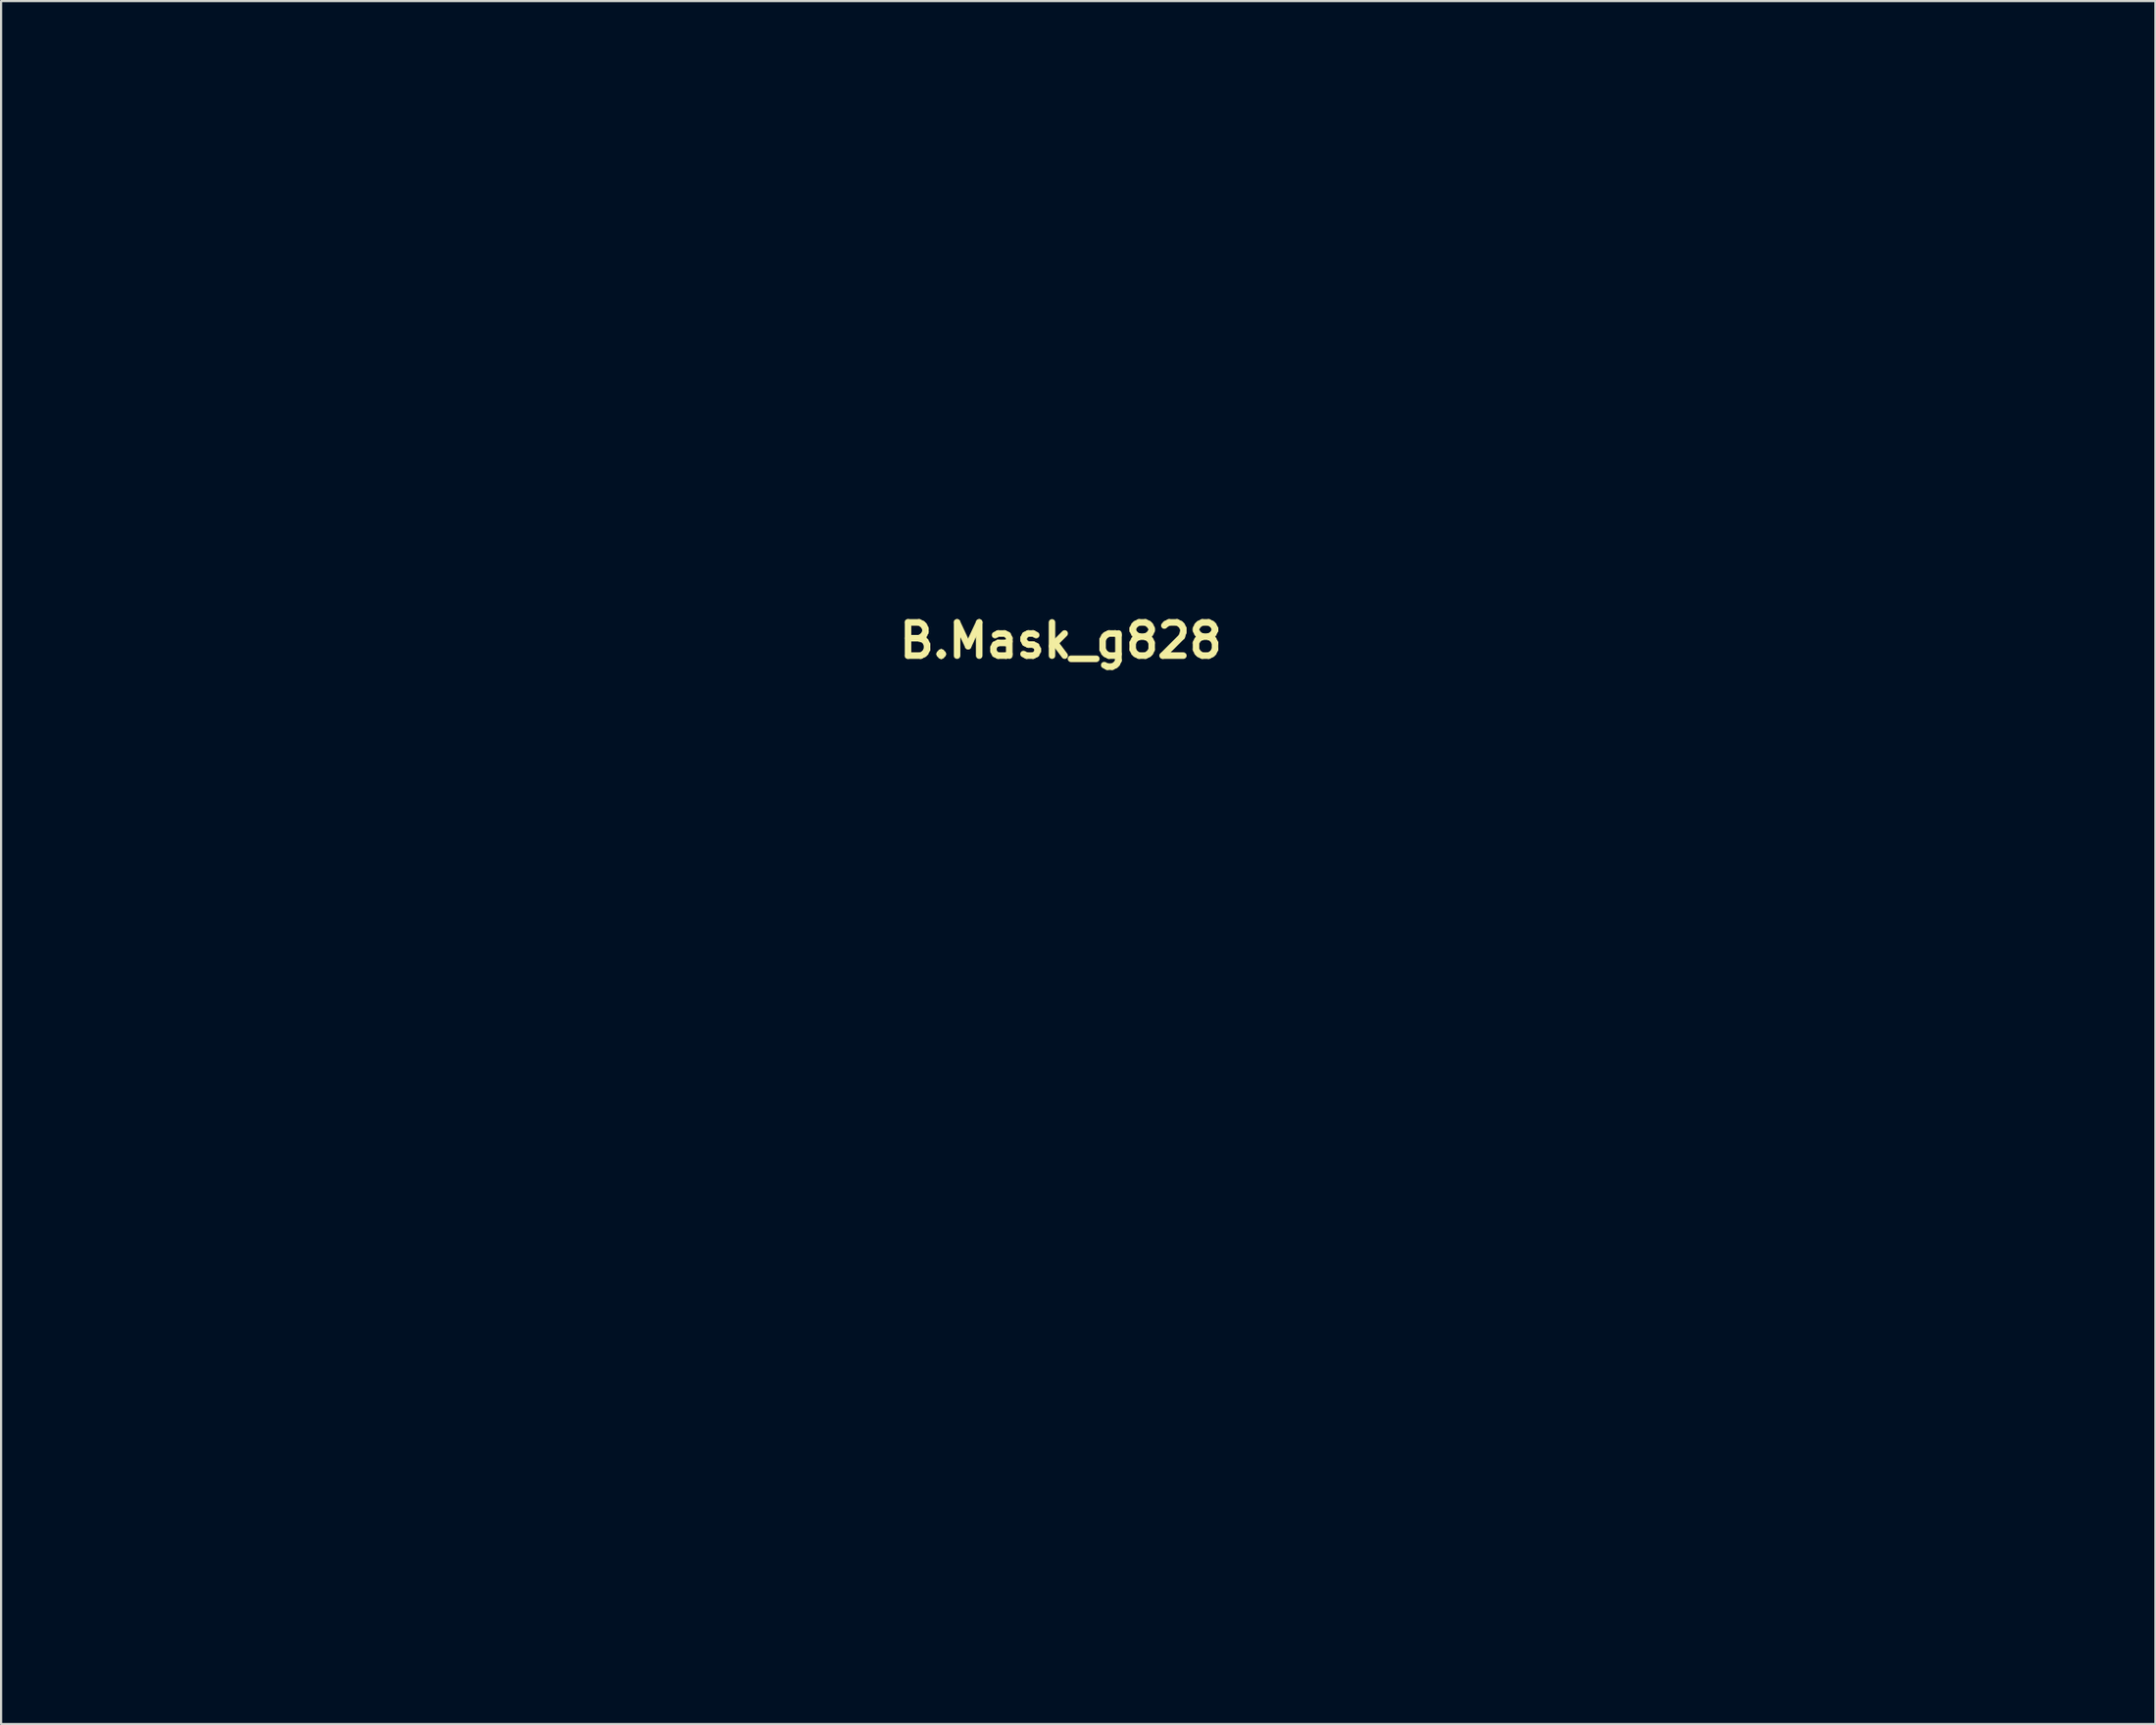
<source format=kicad_pcb>
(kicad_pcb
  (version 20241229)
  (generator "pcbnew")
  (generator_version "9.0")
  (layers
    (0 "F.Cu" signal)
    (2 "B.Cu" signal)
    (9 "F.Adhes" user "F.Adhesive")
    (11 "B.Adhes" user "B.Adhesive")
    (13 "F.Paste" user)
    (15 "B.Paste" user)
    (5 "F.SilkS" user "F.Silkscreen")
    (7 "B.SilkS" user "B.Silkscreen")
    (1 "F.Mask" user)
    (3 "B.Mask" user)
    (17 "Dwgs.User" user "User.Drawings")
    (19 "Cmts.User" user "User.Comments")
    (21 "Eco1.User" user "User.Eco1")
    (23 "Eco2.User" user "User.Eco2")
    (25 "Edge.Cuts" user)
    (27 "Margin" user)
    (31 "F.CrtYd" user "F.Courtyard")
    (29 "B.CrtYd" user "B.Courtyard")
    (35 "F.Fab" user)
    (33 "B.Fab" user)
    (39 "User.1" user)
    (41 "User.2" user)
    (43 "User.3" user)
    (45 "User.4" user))
  (footprint "B.Mask_g828"
    (layer "F.Cu")
    (at 45.598 26.336)
    (property "Reference" "B.Mask_g828" (at 0 0 0) (layer "F.SilkS") (effects (font (size 1.524 1.524) (thickness 0.3))))
    (attr through_hole)
    (fp_poly (pts (xy -37.888 1.101) (xy -39.539 1.101) (xy -39.539 -5.334) (xy -37.888 -5.334) (xy -37.888 1.101)) (stroke (width 0.01) (type solid)) (fill yes) (layer "B.Mask"))
    (fp_poly (pts (xy -33.232 26.331) (xy -34.883 26.331) (xy -34.883 19.897) (xy -33.232 19.897) (xy -33.232 26.331)) (stroke (width 0.01) (type solid)) (fill yes) (layer "B.Mask"))
    (fp_poly (pts (xy -33.105 34.629) (xy -34.756 34.629) (xy -34.756 28.194) (xy -33.105 28.194) (xy -33.105 34.629)) (stroke (width 0.01) (type solid)) (fill yes) (layer "B.Mask"))
    (fp_poly (pts (xy -31.538 -24.807) (xy -43.095 -24.807) (xy -43.095 -26.331) (xy -31.538 -26.331) (xy -31.538 -24.807)) (stroke (width 0.01) (type solid)) (fill yes) (layer "B.Mask"))
    (fp_poly (pts (xy -9.906 1.101) (xy -11.557 1.101) (xy -11.557 -5.334) (xy -9.906 -5.334) (xy -9.906 1.101)) (stroke (width 0.01) (type solid)) (fill yes) (layer "B.Mask"))
    (fp_poly (pts (xy 21.632 26.331) (xy 19.981 26.331) (xy 19.981 19.897) (xy 21.632 19.897) (xy 21.632 26.331)) (stroke (width 0.01) (type solid)) (fill yes) (layer "B.Mask"))
    (fp_poly (pts (xy 25.569 17.907) (xy 23.918 17.907) (xy 23.918 11.472) (xy 25.569 11.472) (xy 25.569 17.907)) (stroke (width 0.01) (type solid)) (fill yes) (layer "B.Mask"))
    (fp_poly (pts (xy 35.391 1.101) (xy 33.74 1.101) (xy 33.74 -5.334) (xy 35.391 -5.334) (xy 35.391 1.101)) (stroke (width 0.01) (type solid)) (fill yes) (layer "B.Mask"))
    (fp_poly (pts (xy 44.746 -24.807) (xy 33.189 -24.807) (xy 33.189 -26.331) (xy 44.746 -26.331) (xy 44.746 -24.807)) (stroke (width 0.01) (type solid)) (fill yes) (layer "B.Mask"))
    (fp_poly (pts (xy -33.411 -20.119) (xy -33.422 -16.912) (xy -34.258 -16.901) (xy -35.094 -16.889) (xy -35.094 -23.326) (xy -33.4 -23.326) (xy -33.411 -20.119)) (stroke (width 0.01) (type solid)) (fill yes) (layer "B.Mask"))
    (fp_poly (pts (xy -31.548 45.9) (xy -31.559 46.672) (xy -37.327 46.683) (xy -43.095 46.694) (xy -43.095 45.127) (xy -31.536 45.127) (xy -31.548 45.9)) (stroke (width 0.01) (type solid)) (fill yes) (layer "B.Mask"))
    (fp_poly (pts (xy 5.842 -18.161) (xy 8.763 -18.161) (xy 8.763 -16.891) (xy 4.191 -16.891) (xy 4.191 -23.326) (xy 5.842 -23.326) (xy 5.842 -18.161)) (stroke (width 0.01) (type solid)) (fill yes) (layer "B.Mask"))
    (fp_poly (pts (xy 9.652 38.862) (xy 8.635 38.862) (xy 8.646 37.666) (xy 8.657 36.47) (xy 9.155 36.458) (xy 9.652 36.446) (xy 9.652 38.862)) (stroke (width 0.01) (type solid)) (fill yes) (layer "B.Mask"))
    (fp_poly (pts (xy 15.198 33.359) (xy 18.121 33.359) (xy 18.098 34.608) (xy 13.547 34.629) (xy 13.547 28.194) (xy 15.198 28.194) (xy 15.198 33.359)) (stroke (width 0.01) (type solid)) (fill yes) (layer "B.Mask"))
    (fp_poly (pts (xy 38.693 -0.169) (xy 41.616 -0.169) (xy 41.593 1.079) (xy 37.042 1.101) (xy 37.042 -5.334) (xy 38.693 -5.334) (xy 38.693 -0.169)) (stroke (width 0.01) (type solid)) (fill yes) (layer "B.Mask"))
    (fp_poly (pts (xy 44.737 45.9) (xy 44.725 46.672) (xy 38.957 46.683) (xy 33.189 46.694) (xy 33.189 45.127) (xy 44.748 45.127) (xy 44.737 45.9)) (stroke (width 0.01) (type solid)) (fill yes) (layer "B.Mask"))
    (fp_poly (pts (xy 19.474 41.656) (xy 22.352 41.656) (xy 22.352 42.884) (xy 17.779 42.884) (xy 17.79 39.677) (xy 17.801 36.47) (xy 19.452 36.47) (xy 19.474 41.656)) (stroke (width 0.01) (type solid)) (fill yes) (layer "B.Mask"))
    (fp_poly (pts (xy -18.362 36.459) (xy -17.547 36.47) (xy -17.536 39.063) (xy -17.525 41.656) (xy -14.605 41.656) (xy -14.605 42.884) (xy -19.177 42.884) (xy -19.177 36.447) (xy -18.362 36.459)) (stroke (width 0.01) (type solid)) (fill yes) (layer "B.Mask"))
    (fp_poly (pts (xy -17.695 4.318) (xy -19.812 4.318) (xy -19.812 9.483) (xy -21.463 9.483) (xy -21.463 4.318) (xy -23.624 4.318) (xy -23.601 3.069) (xy -17.695 3.047) (xy -17.695 4.318)) (stroke (width 0.01) (type solid)) (fill yes) (layer "B.Mask"))
    (fp_poly (pts (xy -8.615 3.069) (xy -8.591 4.318) (xy -10.753 4.318) (xy -10.753 9.483) (xy -12.404 9.483) (xy -12.404 4.318) (xy -14.52 4.318) (xy -14.52 3.047) (xy -8.615 3.069)) (stroke (width 0.01) (type solid)) (fill yes) (layer "B.Mask"))
    (fp_poly (pts (xy 17.674 3.069) (xy 17.698 4.318) (xy 15.536 4.318) (xy 15.536 9.483) (xy 13.885 9.483) (xy 13.885 4.318) (xy 11.769 4.318) (xy 11.769 3.047) (xy 17.674 3.069)) (stroke (width 0.01) (type solid)) (fill yes) (layer "B.Mask"))
    (fp_poly (pts (xy -35.814 37.719) (xy -37.931 37.719) (xy -37.931 42.884) (xy -39.582 42.884) (xy -39.582 37.719) (xy -41.743 37.719) (xy -41.731 37.095) (xy -41.719 36.47) (xy -35.814 36.448) (xy -35.814 37.719)) (stroke (width 0.01) (type solid)) (fill yes) (layer "B.Mask"))
    (fp_poly (pts (xy -8.17 12.742) (xy -10.964 12.742) (xy -10.964 13.928) (xy -8.34 13.928) (xy -8.34 15.198) (xy -10.964 15.198) (xy -10.964 17.907) (xy -12.615 17.907) (xy -12.615 11.472) (xy -8.17 11.472) (xy -8.17 12.742)) (stroke (width 0.01) (type solid)) (fill yes) (layer "B.Mask"))
    (fp_poly (pts (xy 11.43 -4.106) (xy 9.314 -4.106) (xy 9.292 1.079) (xy 7.663 1.102) (xy 7.652 -1.491) (xy 7.641 -4.085) (xy 6.572 -4.096) (xy 5.503 -4.108) (xy 5.503 -5.334) (xy 11.43 -5.334) (xy 11.43 -4.106)) (stroke (width 0.01) (type solid)) (fill yes) (layer "B.Mask"))
    (fp_poly (pts (xy 24.078 -22.701) (xy 24.067 -22.077) (xy 22.998 -22.066) (xy 21.929 -22.054) (xy 21.929 -16.891) (xy 20.278 -16.891) (xy 20.278 -22.056) (xy 18.161 -22.056) (xy 18.161 -23.326) (xy 24.09 -23.326) (xy 24.078 -22.701)) (stroke (width 0.01) (type solid)) (fill yes) (layer "B.Mask"))
    (fp_poly (pts (xy 20.193 5.503) (xy 22.648 5.503) (xy 22.648 3.048) (xy 24.299 3.048) (xy 24.299 9.483) (xy 22.648 9.483) (xy 22.648 6.773) (xy 20.193 6.773) (xy 20.193 9.483) (xy 18.542 9.483) (xy 18.542 3.048) (xy 20.193 3.048) (xy 20.193 5.503)) (stroke (width 0.01) (type solid)) (fill yes) (layer "B.Mask"))
    (fp_poly (pts (xy 22.385 12.097) (xy 22.373 12.721) (xy 19.558 12.743) (xy 19.558 13.928) (xy 22.227 13.928) (xy 22.204 15.177) (xy 20.881 15.188) (xy 19.558 15.199) (xy 19.558 17.907) (xy 17.907 17.907) (xy 17.907 11.472) (xy 22.397 11.472) (xy 22.385 12.097)) (stroke (width 0.01) (type solid)) (fill yes) (layer "B.Mask"))
    (fp_poly (pts (xy 29.379 -22.056) (xy 26.585 -22.056) (xy 26.585 -20.87) (xy 29.21 -20.87) (xy 29.21 -19.643) (xy 26.585 -19.643) (xy 26.585 -18.161) (xy 29.506 -18.161) (xy 29.506 -16.891) (xy 24.934 -16.891) (xy 24.934 -23.326) (xy 29.379 -23.326) (xy 29.379 -22.056)) (stroke (width 0.01) (type solid)) (fill yes) (layer "B.Mask"))
    (fp_poly (pts (xy 37.169 4.318) (xy 34.375 4.318) (xy 34.375 5.503) (xy 36.999 5.503) (xy 36.999 6.773) (xy 34.375 6.773) (xy 34.375 8.255) (xy 37.296 8.255) (xy 37.296 9.483) (xy 32.724 9.483) (xy 32.724 3.048) (xy 37.169 3.048) (xy 37.169 4.318)) (stroke (width 0.01) (type solid)) (fill yes) (layer "B.Mask"))
    (fp_poly (pts (xy 38.523 12.742) (xy 35.687 12.742) (xy 35.687 13.928) (xy 38.354 13.928) (xy 38.354 15.198) (xy 35.687 15.198) (xy 35.687 16.637) (xy 38.608 16.637) (xy 38.608 17.907) (xy 34.036 17.907) (xy 34.036 11.472) (xy 38.523 11.472) (xy 38.523 12.742)) (stroke (width 0.01) (type solid)) (fill yes) (layer "B.Mask"))
    (fp_poly (pts (xy -19.6 29.421) (xy -22.416 29.443) (xy -22.416 30.628) (xy -21.093 30.639) (xy -19.77 30.651) (xy -19.77 31.877) (xy -22.437 31.877) (xy -22.437 33.359) (xy -19.516 33.359) (xy -19.516 34.629) (xy -24.088 34.629) (xy -24.088 28.194) (xy -19.6 28.194) (xy -19.6 29.421)) (stroke (width 0.01) (type solid)) (fill yes) (layer "B.Mask"))
    (fp_poly (pts (xy -4.487 29.422) (xy -7.324 29.422) (xy -7.324 30.649) (xy -4.657 30.649) (xy -4.657 31.877) (xy -7.324 31.877) (xy -7.324 33.359) (xy -4.4 33.359) (xy -4.424 34.608) (xy -6.699 34.618) (xy -8.975 34.629) (xy -8.975 28.194) (xy -4.487 28.194) (xy -4.487 29.422)) (stroke (width 0.01) (type solid)) (fill yes) (layer "B.Mask"))
    (fp_poly (pts (xy 14.299 -22.701) (xy 14.287 -22.077) (xy 12.88 -22.066) (xy 11.472 -22.055) (xy 11.472 -20.87) (xy 14.139 -20.87) (xy 14.139 -19.644) (xy 12.816 -19.633) (xy 11.493 -19.622) (xy 11.471 -16.891) (xy 9.821 -16.891) (xy 9.821 -23.326) (xy 14.311 -23.326) (xy 14.299 -22.701)) (stroke (width 0.01) (type solid)) (fill yes) (layer "B.Mask"))
    (fp_poly (pts (xy 36.449 29.422) (xy 33.655 29.422) (xy 33.655 30.649) (xy 36.28 30.649) (xy 36.28 31.877) (xy 33.655 31.877) (xy 33.655 33.359) (xy 36.578 33.359) (xy 36.555 34.608) (xy 34.279 34.618) (xy 32.004 34.629) (xy 32.004 28.194) (xy 36.449 28.194) (xy 36.449 29.422)) (stroke (width 0.01) (type solid)) (fill yes) (layer "B.Mask"))
    (fp_poly (pts (xy 43.225 4.318) (xy 40.386 4.318) (xy 40.386 5.503) (xy 43.053 5.503) (xy 43.053 6.773) (xy 40.386 6.773) (xy 40.386 8.255) (xy 43.307 8.255) (xy 43.307 9.483) (xy 38.734 9.483) (xy 38.745 6.276) (xy 38.756 3.069) (xy 43.201 3.069) (xy 43.225 4.318)) (stroke (width 0.01) (type solid)) (fill yes) (layer "B.Mask"))
    (fp_poly (pts (xy -41.106 -4.107) (xy -42.513 -4.096) (xy -43.921 -4.085) (xy -43.921 -2.9) (xy -42.598 -2.889) (xy -41.275 -2.877) (xy -41.275 -1.652) (xy -42.598 -1.641) (xy -43.921 -1.63) (xy -43.932 -0.265) (xy -43.943 1.101) (xy -45.593 1.101) (xy -45.593 -5.334) (xy -41.106 -5.334) (xy -41.106 -4.107)) (stroke (width 0.01) (type solid)) (fill yes) (layer "B.Mask"))
    (fp_poly (pts (xy -20.741 37.719) (xy -23.58 37.719) (xy -23.58 38.904) (xy -20.913 38.904) (xy -20.913 40.174) (xy -23.582 40.174) (xy -23.558 41.635) (xy -22.109 41.646) (xy -20.659 41.657) (xy -20.659 42.884) (xy -25.231 42.884) (xy -25.22 39.677) (xy -25.209 36.47) (xy -20.765 36.47) (xy -20.741 37.719)) (stroke (width 0.01) (type solid)) (fill yes) (layer "B.Mask"))
    (fp_poly (pts (xy -17.272 12.742) (xy -20.066 12.742) (xy -20.066 13.928) (xy -17.397 13.928) (xy -17.42 15.177) (xy -18.743 15.188) (xy -20.066 15.199) (xy -20.066 16.636) (xy -18.616 16.647) (xy -17.166 16.658) (xy -17.143 17.907) (xy -21.717 17.907) (xy -21.717 11.472) (xy -17.272 11.472) (xy -17.272 12.742)) (stroke (width 0.01) (type solid)) (fill yes) (layer "B.Mask"))
    (fp_poly (pts (xy -10.922 21.124) (xy -13.716 21.124) (xy -13.716 22.352) (xy -11.049 22.352) (xy -11.049 23.58) (xy -13.716 23.58) (xy -13.716 25.061) (xy -10.793 25.061) (xy -10.804 25.686) (xy -10.816 26.31) (xy -13.092 26.321) (xy -15.367 26.332) (xy -15.367 19.897) (xy -10.922 19.897) (xy -10.922 21.124)) (stroke (width 0.01) (type solid)) (fill yes) (layer "B.Mask"))
    (fp_poly (pts (xy -8.34 -20.87) (xy -5.884 -20.87) (xy -5.884 -23.326) (xy -4.233 -23.326) (xy -4.233 -16.891) (xy -5.883 -16.891) (xy -5.894 -18.256) (xy -5.905 -19.622) (xy -7.123 -19.633) (xy -8.34 -19.644) (xy -8.34 -16.891) (xy -9.991 -16.891) (xy -9.991 -23.326) (xy -8.34 -23.326) (xy -8.34 -20.87)) (stroke (width 0.01) (type solid)) (fill yes) (layer "B.Mask"))
    (fp_poly (pts (xy -6.096 -13.674) (xy -8.89 -13.674) (xy -8.89 -12.446) (xy -6.265 -12.446) (xy -6.265 -11.218) (xy -8.89 -11.218) (xy -8.89 -9.737) (xy -5.967 -9.737) (xy -5.978 -9.112) (xy -5.99 -8.488) (xy -8.266 -8.477) (xy -10.541 -8.466) (xy -10.541 -14.901) (xy -6.096 -14.901) (xy -6.096 -13.674)) (stroke (width 0.01) (type solid)) (fill yes) (layer "B.Mask"))
    (fp_poly (pts (xy 18.415 21.124) (xy 15.621 21.124) (xy 15.621 22.352) (xy 18.246 22.352) (xy 18.246 23.58) (xy 15.621 23.58) (xy 15.621 25.061) (xy 18.544 25.061) (xy 18.533 25.686) (xy 18.521 26.31) (xy 16.245 26.321) (xy 13.97 26.332) (xy 13.97 19.897) (xy 18.415 19.897) (xy 18.415 21.124)) (stroke (width 0.01) (type solid)) (fill yes) (layer "B.Mask"))
    (fp_poly (pts (xy 25.527 -13.674) (xy 22.733 -13.674) (xy 22.733 -12.446) (xy 25.358 -12.446) (xy 25.358 -11.218) (xy 22.733 -11.218) (xy 22.733 -9.737) (xy 25.656 -9.737) (xy 25.645 -9.112) (xy 25.633 -8.488) (xy 23.357 -8.477) (xy 21.082 -8.466) (xy 21.082 -14.901) (xy 25.527 -14.901) (xy 25.527 -13.674)) (stroke (width 0.01) (type solid)) (fill yes) (layer "B.Mask"))
    (fp_poly (pts (xy -5.726 36.459) (xy -3.493 36.47) (xy -3.469 37.719) (xy -6.308 37.719) (xy -6.308 38.903) (xy -4.985 38.914) (xy -3.662 38.925) (xy -3.65 39.55) (xy -3.638 40.174) (xy -6.308 40.174) (xy -6.308 41.656) (xy -3.387 41.656) (xy -3.387 42.884) (xy -7.959 42.884) (xy -7.959 36.448) (xy -5.726 36.459)) (stroke (width 0.01) (type solid)) (fill yes) (layer "B.Mask"))
    (fp_poly (pts (xy 16.764 -4.107) (xy 15.356 -4.096) (xy 13.949 -4.085) (xy 13.949 -2.9) (xy 15.272 -2.889) (xy 16.595 -2.877) (xy 16.595 -1.652) (xy 15.272 -1.641) (xy 13.949 -1.63) (xy 13.926 -0.169) (xy 16.849 -0.169) (xy 16.849 1.101) (xy 12.277 1.101) (xy 12.277 -5.334) (xy 16.764 -5.334) (xy 16.764 -4.107)) (stroke (width 0.01) (type solid)) (fill yes) (layer "B.Mask"))
    (fp_poly (pts (xy 32.173 22.353) (xy 33.39 22.342) (xy 34.608 22.331) (xy 34.619 21.114) (xy 34.63 19.897) (xy 36.28 19.897) (xy 36.258 26.31) (xy 35.444 26.322) (xy 34.63 26.333) (xy 34.619 24.967) (xy 34.608 23.601) (xy 33.39 23.59) (xy 32.173 23.578) (xy 32.173 26.331) (xy 30.522 26.331) (xy 30.522 19.897) (xy 32.173 19.897) (xy 32.173 22.353)) (stroke (width 0.01) (type solid)) (fill yes) (layer "B.Mask"))
    (fp_poly (pts (xy -21.05 -20.119) (xy -21.061 -16.912) (xy -21.868 -16.901) (xy -22.121 -16.899) (xy -22.345 -16.9) (xy -22.526 -16.903) (xy -22.65 -16.909) (xy -22.703 -16.918) (xy -22.704 -16.918) (xy -22.709 -16.964) (xy -22.713 -17.088) (xy -22.717 -17.284) (xy -22.721 -17.544) (xy -22.724 -17.863) (xy -22.727 -18.233) (xy -22.73 -18.648) (xy -22.731 -19.102) (xy -22.733 -19.587) (xy -22.733 -20.098) (xy -22.733 -20.137) (xy -22.733 -23.326) (xy -21.039 -23.326) (xy -21.05 -20.119)) (stroke (width 0.01) (type solid)) (fill yes) (layer "B.Mask"))
    (fp_poly (pts (xy -26.628 -22.056) (xy -28.744 -22.056) (xy -28.765 -16.912) (xy -29.572 -16.901) (xy -29.826 -16.899) (xy -30.05 -16.9) (xy -30.23 -16.903) (xy -30.354 -16.909) (xy -30.408 -16.918) (xy -30.409 -16.918) (xy -30.414 -16.965) (xy -30.419 -17.088) (xy -30.423 -17.282) (xy -30.427 -17.538) (xy -30.431 -17.849) (xy -30.434 -18.208) (xy -30.436 -18.606) (xy -30.437 -19.038) (xy -30.438 -19.495) (xy -30.438 -22.056) (xy -32.554 -22.056) (xy -32.554 -23.326) (xy -26.628 -23.326) (xy -26.628 -22.056)) (stroke (width 0.01) (type solid)) (fill yes) (layer "B.Mask"))
    (fp_poly (pts (xy -11.388 -13.674) (xy -13.547 -13.674) (xy -13.547 -8.467) (xy -14.344 -8.467) (xy -14.596 -8.468) (xy -14.818 -8.472) (xy -14.996 -8.478) (xy -15.118 -8.486) (xy -15.169 -8.495) (xy -15.169 -8.495) (xy -15.174 -8.541) (xy -15.179 -8.665) (xy -15.184 -8.858) (xy -15.188 -9.114) (xy -15.191 -9.425) (xy -15.194 -9.784) (xy -15.196 -10.184) (xy -15.197 -10.616) (xy -15.198 -11.074) (xy -15.198 -11.098) (xy -15.198 -13.674) (xy -17.314 -13.674) (xy -17.314 -14.901) (xy -11.388 -14.901) (xy -11.388 -13.674)) (stroke (width 0.01) (type solid)) (fill yes) (layer "B.Mask"))
    (fp_poly (pts (xy 32.893 -4.106) (xy 30.777 -4.106) (xy 30.755 1.079) (xy 29.948 1.091) (xy 29.695 1.093) (xy 29.471 1.092) (xy 29.29 1.088) (xy 29.166 1.082) (xy 29.113 1.074) (xy 29.112 1.073) (xy 29.107 1.027) (xy 29.102 0.903) (xy 29.098 0.71) (xy 29.093 0.453) (xy 29.09 0.142) (xy 29.087 -0.217) (xy 29.085 -0.616) (xy 29.084 -1.049) (xy 29.083 -1.507) (xy 29.083 -1.531) (xy 29.083 -4.106) (xy 26.966 -4.106) (xy 26.966 -5.334) (xy 32.893 -5.334) (xy 32.893 -4.106)) (stroke (width 0.01) (type solid)) (fill yes) (layer "B.Mask"))
    (fp_poly (pts (xy 43.053 21.124) (xy 40.937 21.124) (xy 40.926 23.717) (xy 40.915 26.31) (xy 40.108 26.322) (xy 39.855 26.324) (xy 39.631 26.323) (xy 39.45 26.319) (xy 39.326 26.313) (xy 39.273 26.304) (xy 39.272 26.304) (xy 39.267 26.258) (xy 39.262 26.134) (xy 39.258 25.94) (xy 39.253 25.684) (xy 39.25 25.373) (xy 39.247 25.014) (xy 39.245 24.614) (xy 39.244 24.182) (xy 39.243 23.723) (xy 39.243 23.7) (xy 39.243 21.124) (xy 37.126 21.124) (xy 37.126 19.897) (xy 43.053 19.897) (xy 43.053 21.124)) (stroke (width 0.01) (type solid)) (fill yes) (layer "B.Mask"))
    (fp_poly (pts (xy -9.821 29.42) (xy -10.89 29.432) (xy -11.959 29.443) (xy -11.97 32.036) (xy -11.981 34.629) (xy -12.778 34.629) (xy -13.03 34.627) (xy -13.252 34.623) (xy -13.43 34.617) (xy -13.552 34.609) (xy -13.603 34.601) (xy -13.603 34.6) (xy -13.608 34.554) (xy -13.613 34.431) (xy -13.617 34.237) (xy -13.621 33.981) (xy -13.625 33.67) (xy -13.627 33.311) (xy -13.629 32.912) (xy -13.631 32.479) (xy -13.631 32.021) (xy -13.631 31.997) (xy -13.631 29.422) (xy -15.748 29.422) (xy -15.748 28.194) (xy -9.821 28.194) (xy -9.821 29.42)) (stroke (width 0.01) (type solid)) (fill yes) (layer "B.Mask"))
    (fp_poly (pts (xy 10.499 -13.675) (xy 9.43 -13.664) (xy 8.361 -13.652) (xy 8.35 -11.06) (xy 8.339 -8.467) (xy 7.542 -8.467) (xy 7.29 -8.468) (xy 7.068 -8.472) (xy 6.89 -8.478) (xy 6.768 -8.486) (xy 6.717 -8.495) (xy 6.717 -8.495) (xy 6.712 -8.541) (xy 6.707 -8.665) (xy 6.703 -8.858) (xy 6.699 -9.114) (xy 6.695 -9.425) (xy 6.693 -9.784) (xy 6.691 -10.184) (xy 6.689 -10.616) (xy 6.689 -11.074) (xy 6.689 -11.098) (xy 6.689 -13.674) (xy 4.572 -13.674) (xy 4.572 -14.901) (xy 10.499 -14.901) (xy 10.499 -13.675)) (stroke (width 0.01) (type solid)) (fill yes) (layer "B.Mask"))
    (fp_poly (pts (xy 44.323 -0.169) (xy 47.202 -0.169) (xy 47.202 1.101) (xy 44.944 1.101) (xy 44.514 1.1) (xy 44.111 1.099) (xy 43.741 1.096) (xy 43.412 1.093) (xy 43.133 1.089) (xy 42.911 1.085) (xy 42.754 1.08) (xy 42.67 1.075) (xy 42.658 1.072) (xy 42.653 1.027) (xy 42.649 0.903) (xy 42.645 0.707) (xy 42.641 0.447) (xy 42.638 0.129) (xy 42.635 -0.241) (xy 42.633 -0.657) (xy 42.631 -1.11) (xy 42.63 -1.595) (xy 42.63 -2.106) (xy 42.63 -2.145) (xy 42.63 -5.334) (xy 44.323 -5.334) (xy 44.323 -0.169)) (stroke (width 0.01) (type solid)) (fill yes) (layer "B.Mask"))
    (fp_poly (pts (xy 6.494 22.045) (xy 6.703 22.44) (xy 6.901 22.813) (xy 7.084 23.156) (xy 7.249 23.465) (xy 7.392 23.73) (xy 7.509 23.947) (xy 7.596 24.108) (xy 7.651 24.205) (xy 7.668 24.234) (xy 7.675 24.201) (xy 7.682 24.09) (xy 7.688 23.909) (xy 7.694 23.664) (xy 7.698 23.362) (xy 7.701 23.01) (xy 7.704 22.615) (xy 7.705 22.184) (xy 7.705 22.085) (xy 7.705 19.897) (xy 9.271 19.897) (xy 9.271 26.331) (xy 7.417 26.331) (xy 5.101 21.962) (xy 5.079 26.331) (xy 3.514 26.331) (xy 3.514 19.897) (xy 5.357 19.897) (xy 6.494 22.045)) (stroke (width 0.01) (type solid)) (fill yes) (layer "B.Mask"))
    (fp_poly (pts (xy 38.952 28.204) (xy 39.889 28.215) (xy 41.037 30.379) (xy 42.185 32.543) (xy 42.196 30.369) (xy 42.207 28.194) (xy 43.773 28.194) (xy 43.773 34.629) (xy 42.868 34.629) (xy 42.543 34.627) (xy 42.296 34.623) (xy 42.118 34.615) (xy 42 34.603) (xy 41.936 34.586) (xy 41.921 34.576) (xy 41.894 34.53) (xy 41.832 34.415) (xy 41.737 34.24) (xy 41.613 34.01) (xy 41.465 33.732) (xy 41.295 33.414) (xy 41.108 33.062) (xy 40.906 32.683) (xy 40.741 32.372) (xy 39.603 30.222) (xy 39.592 32.425) (xy 39.581 34.629) (xy 38.015 34.629) (xy 38.015 28.192) (xy 38.952 28.204)) (stroke (width 0.01) (type solid)) (fill yes) (layer "B.Mask"))
    (fp_poly (pts (xy -1.082 28.215) (xy 1.206 32.533) (xy 1.217 30.364) (xy 1.228 28.194) (xy 2.794 28.194) (xy 2.794 34.63) (xy 1.875 34.619) (xy 0.956 34.608) (xy -0.21 32.407) (xy -1.376 30.206) (xy -1.387 32.417) (xy -1.398 34.629) (xy -2.152 34.629) (xy -2.397 34.627) (xy -2.612 34.623) (xy -2.782 34.617) (xy -2.895 34.609) (xy -2.935 34.6) (xy -2.94 34.555) (xy -2.944 34.431) (xy -2.948 34.235) (xy -2.952 33.975) (xy -2.955 33.657) (xy -2.958 33.287) (xy -2.96 32.871) (xy -2.962 32.418) (xy -2.963 31.933) (xy -2.963 31.422) (xy -2.963 31.382) (xy -2.963 28.192) (xy -1.082 28.215)) (stroke (width 0.01) (type solid)) (fill yes) (layer "B.Mask"))
    (fp_poly (pts (xy -2.508 -2.127) (xy -2.519 1.079) (xy -4.372 1.079) (xy -5.52 -1.085) (xy -6.668 -3.249) (xy -6.689 -1.085) (xy -6.71 1.079) (xy -7.474 1.091) (xy -7.721 1.093) (xy -7.937 1.092) (xy -8.11 1.088) (xy -8.225 1.081) (xy -8.268 1.073) (xy -8.273 1.027) (xy -8.277 0.903) (xy -8.281 0.708) (xy -8.285 0.447) (xy -8.289 0.129) (xy -8.292 -0.241) (xy -8.294 -0.657) (xy -8.296 -1.11) (xy -8.297 -1.596) (xy -8.297 -2.106) (xy -8.297 -2.145) (xy -8.297 -5.334) (xy -7.355 -5.333) (xy -6.413 -5.331) (xy -4.128 -1.004) (xy -4.117 -3.169) (xy -4.106 -5.334) (xy -2.497 -5.334) (xy -2.508 -2.127)) (stroke (width 0.01) (type solid)) (fill yes) (layer "B.Mask"))
    (fp_poly (pts (xy 37.899 36.459) (xy 38.714 36.47) (xy 38.735 37.631) (xy 38.756 38.792) (xy 39.949 37.62) (xy 41.141 36.449) (xy 42.076 36.449) (xy 42.347 36.45) (xy 42.587 36.453) (xy 42.784 36.458) (xy 42.927 36.464) (xy 43.002 36.472) (xy 43.011 36.475) (xy 42.981 36.509) (xy 42.897 36.597) (xy 42.764 36.732) (xy 42.588 36.91) (xy 42.374 37.124) (xy 42.128 37.369) (xy 41.856 37.639) (xy 41.563 37.929) (xy 41.484 38.007) (xy 39.956 39.512) (xy 41.642 41.198) (xy 43.328 42.884) (xy 41.254 42.884) (xy 39.995 41.625) (xy 38.735 40.365) (xy 38.735 42.884) (xy 37.084 42.884) (xy 37.084 36.447) (xy 37.899 36.459)) (stroke (width 0.01) (type solid)) (fill yes) (layer "B.Mask"))
    (fp_poly (pts (xy -28.19 11.482) (xy -27.255 11.493) (xy -26.105 13.661) (xy -24.956 15.828) (xy -24.945 13.65) (xy -24.934 11.472) (xy -23.368 11.472) (xy -23.368 17.907) (xy -25.209 17.905) (xy -26.331 15.784) (xy -26.54 15.391) (xy -26.737 15.018) (xy -26.92 14.675) (xy -27.085 14.366) (xy -27.228 14.099) (xy -27.345 13.882) (xy -27.433 13.72) (xy -27.488 13.622) (xy -27.505 13.594) (xy -27.517 13.594) (xy -27.527 13.633) (xy -27.535 13.715) (xy -27.542 13.846) (xy -27.547 14.032) (xy -27.551 14.278) (xy -27.554 14.589) (xy -27.556 14.972) (xy -27.557 15.43) (xy -27.558 15.716) (xy -27.559 17.907) (xy -29.125 17.907) (xy -29.125 11.471) (xy -28.19 11.482)) (stroke (width 0.01) (type solid)) (fill yes) (layer "B.Mask"))
    (fp_poly (pts (xy -25.718 34.608) (xy -27.564 34.608) (xy -28.715 32.438) (xy -29.866 30.268) (xy -29.887 32.438) (xy -29.909 34.608) (xy -30.681 34.619) (xy -31.454 34.631) (xy -31.454 28.194) (xy -29.612 28.195) (xy -28.49 30.315) (xy -28.282 30.709) (xy -28.084 31.081) (xy -27.901 31.425) (xy -27.737 31.734) (xy -27.594 32) (xy -27.476 32.218) (xy -27.388 32.379) (xy -27.334 32.478) (xy -27.317 32.506) (xy -27.305 32.506) (xy -27.295 32.468) (xy -27.287 32.386) (xy -27.28 32.255) (xy -27.274 32.069) (xy -27.27 31.824) (xy -27.267 31.513) (xy -27.265 31.131) (xy -27.264 30.674) (xy -27.264 30.385) (xy -27.263 28.194) (xy -25.696 28.194) (xy -25.718 34.608)) (stroke (width 0.01) (type solid)) (fill yes) (layer "B.Mask"))
    (fp_poly (pts (xy -24.977 -4.106) (xy -27.771 -4.106) (xy -27.771 -2.879) (xy -25.146 -2.879) (xy -25.146 -1.651) (xy -27.771 -1.651) (xy -27.771 -0.169) (xy -24.892 -0.169) (xy -24.892 1.101) (xy -27.15 1.101) (xy -27.579 1.1) (xy -27.983 1.099) (xy -28.353 1.096) (xy -28.682 1.093) (xy -28.961 1.089) (xy -29.183 1.085) (xy -29.34 1.08) (xy -29.424 1.075) (xy -29.436 1.072) (xy -29.44 1.027) (xy -29.445 0.903) (xy -29.449 0.707) (xy -29.452 0.447) (xy -29.456 0.129) (xy -29.458 -0.241) (xy -29.461 -0.657) (xy -29.462 -1.11) (xy -29.464 -1.595) (xy -29.464 -2.106) (xy -29.464 -2.145) (xy -29.464 -5.334) (xy -24.977 -5.334) (xy -24.977 -4.106)) (stroke (width 0.01) (type solid)) (fill yes) (layer "B.Mask"))
    (fp_poly (pts (xy 31.88 -23.316) (xy 32.815 -23.305) (xy 35.115 -18.967) (xy 35.126 -21.146) (xy 35.137 -23.326) (xy 36.703 -23.326) (xy 36.703 -16.891) (xy 35.782 -16.892) (xy 34.861 -16.892) (xy 33.74 -19.013) (xy 33.531 -19.406) (xy 33.334 -19.779) (xy 33.151 -20.122) (xy 32.986 -20.431) (xy 32.843 -20.698) (xy 32.726 -20.915) (xy 32.638 -21.077) (xy 32.583 -21.175) (xy 32.566 -21.203) (xy 32.554 -21.203) (xy 32.544 -21.165) (xy 32.536 -21.083) (xy 32.529 -20.952) (xy 32.524 -20.766) (xy 32.52 -20.521) (xy 32.517 -20.21) (xy 32.515 -19.828) (xy 32.514 -19.37) (xy 32.513 -19.082) (xy 32.512 -16.891) (xy 30.946 -16.891) (xy 30.946 -23.327) (xy 31.88 -23.316)) (stroke (width 0.01) (type solid)) (fill yes) (layer "B.Mask"))
    (fp_poly (pts (xy 1.947 21.123) (xy 0.54 21.134) (xy -0.868 21.145) (xy -0.868 22.331) (xy 0.455 22.342) (xy 1.778 22.353) (xy 1.778 23.578) (xy 0.455 23.59) (xy -0.868 23.601) (xy -0.891 25.061) (xy 2.032 25.061) (xy 2.032 26.331) (xy -0.226 26.331) (xy -0.655 26.331) (xy -1.059 26.329) (xy -1.429 26.327) (xy -1.758 26.324) (xy -2.037 26.32) (xy -2.259 26.316) (xy -2.416 26.311) (xy -2.5 26.306) (xy -2.512 26.303) (xy -2.516 26.257) (xy -2.521 26.133) (xy -2.525 25.938) (xy -2.528 25.678) (xy -2.532 25.359) (xy -2.534 24.989) (xy -2.537 24.574) (xy -2.538 24.121) (xy -2.54 23.635) (xy -2.54 23.125) (xy -2.54 23.086) (xy -2.54 19.897) (xy 1.947 19.897) (xy 1.947 21.123)) (stroke (width 0.01) (type solid)) (fill yes) (layer "B.Mask"))
    (fp_poly (pts (xy 11.98 29.421) (xy 10.573 29.432) (xy 9.165 29.443) (xy 9.165 30.628) (xy 10.488 30.639) (xy 11.811 30.651) (xy 11.811 31.876) (xy 10.488 31.887) (xy 9.165 31.898) (xy 9.142 33.359) (xy 12.065 33.359) (xy 12.065 34.629) (xy 9.807 34.629) (xy 9.378 34.628) (xy 8.974 34.627) (xy 8.604 34.624) (xy 8.275 34.621) (xy 7.996 34.617) (xy 7.774 34.613) (xy 7.617 34.608) (xy 7.533 34.603) (xy 7.521 34.6) (xy 7.517 34.555) (xy 7.512 34.431) (xy 7.508 34.235) (xy 7.505 33.975) (xy 7.501 33.657) (xy 7.499 33.287) (xy 7.496 32.871) (xy 7.495 32.418) (xy 7.493 31.933) (xy 7.493 31.422) (xy 7.493 31.383) (xy 7.493 28.194) (xy 11.98 28.194) (xy 11.98 29.421)) (stroke (width 0.01) (type solid)) (fill yes) (layer "B.Mask"))
    (fp_poly (pts (xy 23.622 29.421) (xy 22.214 29.432) (xy 20.807 29.443) (xy 20.807 30.628) (xy 22.13 30.639) (xy 23.453 30.651) (xy 23.453 31.876) (xy 22.13 31.887) (xy 20.807 31.898) (xy 20.784 33.359) (xy 23.707 33.359) (xy 23.707 34.629) (xy 21.449 34.629) (xy 21.019 34.628) (xy 20.616 34.627) (xy 20.246 34.624) (xy 19.917 34.621) (xy 19.638 34.617) (xy 19.416 34.613) (xy 19.259 34.608) (xy 19.175 34.603) (xy 19.163 34.6) (xy 19.158 34.555) (xy 19.154 34.431) (xy 19.15 34.235) (xy 19.146 33.975) (xy 19.143 33.657) (xy 19.14 33.287) (xy 19.138 32.871) (xy 19.136 32.418) (xy 19.135 31.933) (xy 19.135 31.422) (xy 19.135 31.383) (xy 19.135 28.194) (xy 23.622 28.194) (xy 23.622 29.421)) (stroke (width 0.01) (type solid)) (fill yes) (layer "B.Mask"))
    (fp_poly (pts (xy 28.03 -14.892) (xy 28.966 -14.88) (xy 31.263 -10.55) (xy 31.274 -12.726) (xy 31.285 -14.901) (xy 32.851 -14.901) (xy 32.851 -8.467) (xy 31.946 -8.467) (xy 31.621 -8.468) (xy 31.374 -8.473) (xy 31.195 -8.481) (xy 31.078 -8.493) (xy 31.014 -8.509) (xy 30.999 -8.52) (xy 30.972 -8.566) (xy 30.909 -8.68) (xy 30.814 -8.856) (xy 30.691 -9.085) (xy 30.542 -9.363) (xy 30.372 -9.681) (xy 30.185 -10.033) (xy 29.984 -10.412) (xy 29.819 -10.722) (xy 28.681 -12.872) (xy 28.67 -10.669) (xy 28.659 -8.467) (xy 27.904 -8.467) (xy 27.66 -8.468) (xy 27.445 -8.472) (xy 27.274 -8.479) (xy 27.162 -8.487) (xy 27.122 -8.495) (xy 27.117 -8.541) (xy 27.113 -8.665) (xy 27.109 -8.86) (xy 27.105 -9.12) (xy 27.102 -9.439) (xy 27.099 -9.809) (xy 27.097 -10.224) (xy 27.095 -10.677) (xy 27.094 -11.163) (xy 27.093 -11.673) (xy 27.093 -11.713) (xy 27.093 -14.903) (xy 28.03 -14.892)) (stroke (width 0.01) (type solid)) (fill yes) (layer "B.Mask"))
    (fp_poly (pts (xy -41.222 28.204) (xy -40.28 28.215) (xy -39.137 30.372) (xy -37.994 32.529) (xy -37.983 30.362) (xy -37.972 28.194) (xy -36.407 28.194) (xy -36.407 34.63) (xy -37.324 34.619) (xy -38.242 34.608) (xy -39.388 32.439) (xy -39.598 32.044) (xy -39.796 31.672) (xy -39.979 31.329) (xy -40.144 31.023) (xy -40.287 30.76) (xy -40.404 30.547) (xy -40.492 30.39) (xy -40.548 30.295) (xy -40.566 30.27) (xy -40.572 30.31) (xy -40.578 30.428) (xy -40.583 30.614) (xy -40.588 30.862) (xy -40.592 31.162) (xy -40.595 31.508) (xy -40.597 31.891) (xy -40.598 32.303) (xy -40.598 32.449) (xy -40.598 34.629) (xy -41.353 34.629) (xy -41.597 34.627) (xy -41.812 34.623) (xy -41.983 34.617) (xy -42.096 34.609) (xy -42.136 34.6) (xy -42.14 34.555) (xy -42.145 34.431) (xy -42.149 34.235) (xy -42.152 33.975) (xy -42.156 33.657) (xy -42.158 33.287) (xy -42.161 32.871) (xy -42.162 32.418) (xy -42.164 31.933) (xy -42.164 31.422) (xy -42.164 31.382) (xy -42.164 28.192) (xy -41.222 28.204)) (stroke (width 0.01) (type solid)) (fill yes) (layer "B.Mask"))
    (fp_poly (pts (xy -18.144 -5.112) (xy -18.106 -5.022) (xy -18.038 -4.865) (xy -17.947 -4.651) (xy -17.835 -4.389) (xy -17.708 -4.091) (xy -17.57 -3.766) (xy -17.425 -3.424) (xy -17.421 -3.416) (xy -17.28 -3.087) (xy -17.149 -2.785) (xy -17.03 -2.519) (xy -16.929 -2.297) (xy -16.848 -2.127) (xy -16.792 -2.017) (xy -16.764 -1.976) (xy -16.763 -1.976) (xy -16.74 -2.022) (xy -16.687 -2.136) (xy -16.609 -2.313) (xy -16.508 -2.542) (xy -16.388 -2.817) (xy -16.254 -3.128) (xy -16.108 -3.469) (xy -16.02 -3.672) (xy -15.31 -5.334) (xy -13.208 -5.334) (xy -13.208 1.101) (xy -14.774 1.101) (xy -14.785 -1.228) (xy -14.796 -3.556) (xy -16.235 -0.17) (xy -16.77 -0.17) (xy -17.305 -0.169) (xy -18.015 -1.831) (xy -18.166 -2.184) (xy -18.308 -2.514) (xy -18.437 -2.811) (xy -18.549 -3.068) (xy -18.641 -3.277) (xy -18.71 -3.429) (xy -18.751 -3.515) (xy -18.76 -3.533) (xy -18.767 -3.499) (xy -18.773 -3.389) (xy -18.779 -3.208) (xy -18.784 -2.966) (xy -18.788 -2.668) (xy -18.792 -2.323) (xy -18.794 -1.938) (xy -18.796 -1.521) (xy -18.796 -1.236) (xy -18.796 1.101) (xy -20.362 1.101) (xy -20.362 -5.334) (xy -18.241 -5.334) (xy -18.144 -5.112)) (stroke (width 0.01) (type solid)) (fill yes) (layer "B.Mask"))
    (fp_poly (pts (xy 45.959 -14.616) (xy 45.897 -14.52) (xy 45.793 -14.362) (xy 45.655 -14.152) (xy 45.488 -13.897) (xy 45.298 -13.608) (xy 45.09 -13.292) (xy 44.87 -12.959) (xy 44.731 -12.749) (xy 43.688 -11.168) (xy 43.688 -8.465) (xy 42.873 -8.476) (xy 42.058 -8.488) (xy 42.047 -9.852) (xy 42.036 -11.216) (xy 40.889 -12.964) (xy 40.66 -13.31) (xy 40.445 -13.637) (xy 40.247 -13.936) (xy 40.071 -14.2) (xy 39.923 -14.423) (xy 39.805 -14.597) (xy 39.724 -14.715) (xy 39.685 -14.771) (xy 39.683 -14.773) (xy 39.659 -14.787) (xy 39.643 -14.765) (xy 39.632 -14.696) (xy 39.626 -14.568) (xy 39.624 -14.372) (xy 39.624 -14.254) (xy 39.624 -13.674) (xy 37.507 -13.674) (xy 37.507 -8.467) (xy 35.856 -8.467) (xy 35.856 -13.674) (xy 33.697 -13.674) (xy 33.697 -14.901) (xy 37.56 -14.901) (xy 41.423 -14.901) (xy 42.139 -13.779) (xy 42.315 -13.504) (xy 42.477 -13.254) (xy 42.619 -13.036) (xy 42.736 -12.86) (xy 42.822 -12.735) (xy 42.871 -12.668) (xy 42.88 -12.659) (xy 42.908 -12.693) (xy 42.975 -12.791) (xy 43.077 -12.943) (xy 43.206 -13.141) (xy 43.359 -13.376) (xy 43.528 -13.64) (xy 43.617 -13.781) (xy 44.33 -14.901) (xy 46.143 -14.901) (xy 45.959 -14.616)) (stroke (width 0.01) (type solid)) (fill yes) (layer "B.Mask"))
    (fp_poly (pts (xy -34.519 -2.986) (xy -34.367 -2.563) (xy -34.222 -2.165) (xy -34.088 -1.799) (xy -33.967 -1.473) (xy -33.862 -1.193) (xy -33.775 -0.965) (xy -33.708 -0.798) (xy -33.666 -0.697) (xy -33.649 -0.669) (xy -33.63 -0.713) (xy -33.586 -0.83) (xy -33.518 -1.012) (xy -33.429 -1.253) (xy -33.323 -1.545) (xy -33.201 -1.881) (xy -33.067 -2.254) (xy -32.922 -2.656) (xy -32.797 -3.006) (xy -31.972 -5.313) (xy -31.138 -5.324) (xy -30.853 -5.328) (xy -30.642 -5.329) (xy -30.495 -5.327) (xy -30.4 -5.321) (xy -30.348 -5.309) (xy -30.327 -5.292) (xy -30.327 -5.267) (xy -30.33 -5.255) (xy -30.348 -5.203) (xy -30.394 -5.079) (xy -30.465 -4.887) (xy -30.558 -4.634) (xy -30.671 -4.327) (xy -30.802 -3.971) (xy -30.949 -3.573) (xy -31.109 -3.14) (xy -31.281 -2.676) (xy -31.461 -2.189) (xy -31.514 -2.047) (xy -32.672 1.079) (xy -33.647 1.091) (xy -34.014 1.093) (xy -34.297 1.091) (xy -34.497 1.083) (xy -34.615 1.071) (xy -34.651 1.057) (xy -34.669 1.011) (xy -34.715 0.892) (xy -34.786 0.706) (xy -34.879 0.458) (xy -34.992 0.155) (xy -35.124 -0.197) (xy -35.271 -0.592) (xy -35.432 -1.024) (xy -35.604 -1.487) (xy -35.785 -1.975) (xy -35.854 -2.161) (xy -37.03 -5.334) (xy -35.362 -5.334) (xy -34.519 -2.986)) (stroke (width 0.01) (type solid)) (fill yes) (layer "B.Mask"))
    (fp_poly (pts (xy -40.016 3.058) (xy -39.578 3.064) (xy -39.217 3.07) (xy -38.921 3.077) (xy -38.682 3.085) (xy -38.491 3.095) (xy -38.339 3.108) (xy -38.215 3.122) (xy -38.111 3.14) (xy -38.058 3.152) (xy -37.621 3.29) (xy -37.247 3.484) (xy -36.938 3.731) (xy -36.695 4.028) (xy -36.522 4.372) (xy -36.42 4.761) (xy -36.39 5.191) (xy -36.408 5.472) (xy -36.489 5.877) (xy -36.635 6.228) (xy -36.848 6.528) (xy -37.13 6.781) (xy -37.484 6.989) (xy -37.49 6.991) (xy -37.679 7.072) (xy -37.876 7.135) (xy -38.096 7.183) (xy -38.354 7.219) (xy -38.662 7.245) (xy -39.037 7.264) (xy -39.169 7.268) (xy -40.005 7.294) (xy -40.005 9.483) (xy -41.656 9.483) (xy -41.656 4.276) (xy -40.005 4.276) (xy -40.005 6.054) (xy -39.423 6.053) (xy -39.194 6.05) (xy -38.983 6.041) (xy -38.809 6.028) (xy -38.696 6.013) (xy -38.683 6.009) (xy -38.461 5.906) (xy -38.286 5.739) (xy -38.165 5.52) (xy -38.106 5.261) (xy -38.102 5.165) (xy -38.138 4.886) (xy -38.245 4.651) (xy -38.418 4.466) (xy -38.652 4.337) (xy -38.688 4.324) (xy -38.785 4.306) (xy -38.946 4.291) (xy -39.151 4.28) (xy -39.38 4.276) (xy -39.419 4.276) (xy -40.005 4.276) (xy -41.656 4.276) (xy -41.656 3.038) (xy -40.016 3.058)) (stroke (width 0.01) (type solid)) (fill yes) (layer "B.Mask"))
    (fp_poly (pts (xy -7.6 22.245) (xy -7.448 22.669) (xy -7.303 23.067) (xy -7.169 23.434) (xy -7.049 23.761) (xy -6.944 24.042) (xy -6.858 24.27) (xy -6.792 24.439) (xy -6.75 24.541) (xy -6.734 24.571) (xy -6.716 24.528) (xy -6.672 24.412) (xy -6.605 24.231) (xy -6.517 23.992) (xy -6.411 23.701) (xy -6.289 23.366) (xy -6.155 22.993) (xy -6.01 22.591) (xy -5.881 22.233) (xy -5.051 19.918) (xy -4.214 19.906) (xy -3.918 19.903) (xy -3.699 19.904) (xy -3.546 19.908) (xy -3.45 19.917) (xy -3.404 19.931) (xy -3.397 19.949) (xy -3.415 19.996) (xy -3.46 20.117) (xy -3.529 20.304) (xy -3.621 20.552) (xy -3.732 20.854) (xy -3.862 21.203) (xy -4.006 21.593) (xy -4.164 22.019) (xy -4.332 22.473) (xy -4.499 22.924) (xy -4.677 23.405) (xy -4.849 23.868) (xy -5.011 24.306) (xy -5.162 24.713) (xy -5.298 25.08) (xy -5.417 25.402) (xy -5.517 25.671) (xy -5.595 25.88) (xy -5.648 26.023) (xy -5.672 26.088) (xy -5.763 26.331) (xy -7.727 26.331) (xy -8.866 23.252) (xy -9.048 22.761) (xy -9.222 22.29) (xy -9.387 21.847) (xy -9.539 21.437) (xy -9.676 21.067) (xy -9.796 20.744) (xy -9.897 20.473) (xy -9.977 20.261) (xy -10.032 20.114) (xy -10.06 20.04) (xy -10.062 20.034) (xy -10.119 19.897) (xy -8.443 19.897) (xy -7.6 22.245)) (stroke (width 0.01) (type solid)) (fill yes) (layer "B.Mask"))
    (fp_poly (pts (xy -0.008 -23.316) (xy 0.984 -23.305) (xy 2.137 -20.193) (xy 2.319 -19.701) (xy 2.493 -19.23) (xy 2.657 -18.788) (xy 2.808 -18.379) (xy 2.944 -18.01) (xy 3.063 -17.689) (xy 3.162 -17.42) (xy 3.239 -17.21) (xy 3.292 -17.065) (xy 3.318 -16.992) (xy 3.32 -16.985) (xy 3.351 -16.889) (xy 2.516 -16.901) (xy 1.681 -16.912) (xy 1.486 -17.484) (xy 1.291 -18.055) (xy -1.304 -18.078) (xy -1.509 -17.485) (xy -1.714 -16.892) (xy -3.386 -16.891) (xy -3.286 -17.156) (xy -3.256 -17.238) (xy -3.198 -17.393) (xy -3.116 -17.614) (xy -3.013 -17.893) (xy -2.89 -18.224) (xy -2.751 -18.6) (xy -2.597 -19.013) (xy -2.502 -19.272) (xy -0.888 -19.272) (xy -0.848 -19.269) (xy -0.736 -19.266) (xy -0.564 -19.264) (xy -0.345 -19.262) (xy -0.092 -19.262) (xy -0.021 -19.262) (xy 0.24 -19.263) (xy 0.469 -19.268) (xy 0.654 -19.275) (xy 0.784 -19.284) (xy 0.844 -19.295) (xy 0.847 -19.298) (xy 0.833 -19.347) (xy 0.796 -19.464) (xy 0.739 -19.637) (xy 0.665 -19.856) (xy 0.58 -20.109) (xy 0.486 -20.384) (xy 0.387 -20.67) (xy 0.289 -20.954) (xy 0.194 -21.226) (xy 0.12 -21.435) (xy -0.013 -21.81) (xy -0.451 -20.546) (xy -0.558 -20.237) (xy -0.655 -19.954) (xy -0.74 -19.708) (xy -0.809 -19.508) (xy -0.858 -19.364) (xy -0.885 -19.284) (xy -0.888 -19.272) (xy -2.502 -19.272) (xy -2.433 -19.458) (xy -2.259 -19.927) (xy -2.094 -20.374) (xy -1 -23.327) (xy -0.008 -23.316)) (stroke (width 0.01) (type solid)) (fill yes) (layer "B.Mask"))
    (fp_poly (pts (xy 30.593 28.195) (xy 30.814 28.199) (xy 30.968 28.207) (xy 31.062 28.219) (xy 31.106 28.235) (xy 31.112 28.247) (xy 31.097 28.294) (xy 31.055 28.414) (xy 30.988 28.602) (xy 30.898 28.85) (xy 30.787 29.154) (xy 30.657 29.506) (xy 30.512 29.902) (xy 30.353 30.333) (xy 30.181 30.796) (xy 30.001 31.283) (xy 29.937 31.454) (xy 28.765 34.608) (xy 27.78 34.619) (xy 26.795 34.63) (xy 26.759 34.534) (xy 26.709 34.4) (xy 26.635 34.203) (xy 26.542 33.951) (xy 26.43 33.65) (xy 26.304 33.309) (xy 26.165 32.935) (xy 26.017 32.534) (xy 25.861 32.113) (xy 25.702 31.682) (xy 25.541 31.245) (xy 25.381 30.812) (xy 25.224 30.388) (xy 25.075 29.981) (xy 24.934 29.599) (xy 24.805 29.249) (xy 24.69 28.938) (xy 24.593 28.673) (xy 24.516 28.461) (xy 24.461 28.311) (xy 24.431 28.228) (xy 24.426 28.214) (xy 24.467 28.208) (xy 24.579 28.204) (xy 24.75 28.201) (xy 24.967 28.201) (xy 25.218 28.203) (xy 25.256 28.204) (xy 26.085 28.215) (xy 26.917 30.53) (xy 27.069 30.952) (xy 27.213 31.35) (xy 27.346 31.717) (xy 27.466 32.045) (xy 27.569 32.328) (xy 27.654 32.559) (xy 27.718 32.73) (xy 27.758 32.835) (xy 27.771 32.866) (xy 27.791 32.834) (xy 27.835 32.732) (xy 27.898 32.571) (xy 27.978 32.361) (xy 28.07 32.112) (xy 28.16 31.864) (xy 28.273 31.55) (xy 28.406 31.179) (xy 28.552 30.771) (xy 28.703 30.349) (xy 28.851 29.935) (xy 28.989 29.55) (xy 29.001 29.517) (xy 29.476 28.194) (xy 30.295 28.194) (xy 30.593 28.195)) (stroke (width 0.01) (type solid)) (fill yes) (layer "B.Mask"))
    (fp_poly (pts (xy 0.772 -3.122) (xy 0.776 -2.625) (xy 0.779 -2.205) (xy 0.783 -1.855) (xy 0.788 -1.567) (xy 0.794 -1.335) (xy 0.8 -1.15) (xy 0.809 -1.006) (xy 0.819 -0.895) (xy 0.831 -0.809) (xy 0.845 -0.742) (xy 0.86 -0.69) (xy 0.976 -0.433) (xy 1.133 -0.242) (xy 1.34 -0.114) (xy 1.603 -0.043) (xy 1.863 -0.024) (xy 2.176 -0.045) (xy 2.428 -0.118) (xy 2.626 -0.249) (xy 2.78 -0.445) (xy 2.9 -0.711) (xy 2.909 -0.737) (xy 2.925 -0.794) (xy 2.939 -0.865) (xy 2.95 -0.956) (xy 2.96 -1.075) (xy 2.968 -1.229) (xy 2.975 -1.426) (xy 2.98 -1.674) (xy 2.985 -1.979) (xy 2.989 -2.348) (xy 2.993 -2.79) (xy 2.996 -3.143) (xy 3.011 -5.334) (xy 4.662 -5.334) (xy 4.645 -3.08) (xy 4.642 -2.573) (xy 4.637 -2.144) (xy 4.633 -1.784) (xy 4.628 -1.487) (xy 4.622 -1.245) (xy 4.614 -1.051) (xy 4.606 -0.896) (xy 4.595 -0.775) (xy 4.583 -0.679) (xy 4.568 -0.601) (xy 4.557 -0.554) (xy 4.406 -0.122) (xy 4.198 0.25) (xy 3.936 0.558) (xy 3.619 0.802) (xy 3.421 0.909) (xy 3.068 1.041) (xy 2.657 1.135) (xy 2.208 1.19) (xy 1.742 1.203) (xy 1.418 1.185) (xy 0.925 1.11) (xy 0.494 0.979) (xy 0.123 0.79) (xy -0.19 0.54) (xy -0.448 0.229) (xy -0.652 -0.145) (xy -0.79 -0.529) (xy -0.806 -0.594) (xy -0.82 -0.669) (xy -0.832 -0.764) (xy -0.842 -0.884) (xy -0.85 -1.038) (xy -0.857 -1.232) (xy -0.862 -1.475) (xy -0.867 -1.773) (xy -0.871 -2.134) (xy -0.875 -2.566) (xy -0.879 -3.059) (xy -0.894 -5.334) (xy 0.757 -5.334) (xy 0.772 -3.122)) (stroke (width 0.01) (type solid)) (fill yes) (layer "B.Mask"))
    (fp_poly (pts (xy -35 -12.689) (xy -34.996 -12.193) (xy -34.992 -11.773) (xy -34.988 -11.423) (xy -34.984 -11.136) (xy -34.978 -10.904) (xy -34.971 -10.719) (xy -34.963 -10.575) (xy -34.953 -10.464) (xy -34.941 -10.378) (xy -34.927 -10.31) (xy -34.911 -10.255) (xy -34.792 -9.999) (xy -34.626 -9.808) (xy -34.407 -9.678) (xy -34.131 -9.608) (xy -33.86 -9.592) (xy -33.553 -9.621) (xy -33.306 -9.708) (xy -33.11 -9.857) (xy -32.959 -10.073) (xy -32.863 -10.304) (xy -32.847 -10.361) (xy -32.833 -10.432) (xy -32.821 -10.523) (xy -32.812 -10.642) (xy -32.804 -10.797) (xy -32.797 -10.994) (xy -32.791 -11.241) (xy -32.787 -11.546) (xy -32.782 -11.916) (xy -32.779 -12.358) (xy -32.776 -12.711) (xy -32.761 -14.901) (xy -31.11 -14.901) (xy -31.126 -12.647) (xy -31.13 -12.141) (xy -31.134 -11.712) (xy -31.139 -11.352) (xy -31.144 -11.055) (xy -31.15 -10.814) (xy -31.157 -10.619) (xy -31.166 -10.465) (xy -31.176 -10.344) (xy -31.189 -10.247) (xy -31.203 -10.169) (xy -31.215 -10.12) (xy -31.366 -9.689) (xy -31.576 -9.319) (xy -31.845 -9.01) (xy -32.174 -8.761) (xy -32.564 -8.57) (xy -32.83 -8.483) (xy -32.975 -8.456) (xy -33.184 -8.433) (xy -33.438 -8.415) (xy -33.716 -8.402) (xy -33.998 -8.395) (xy -34.264 -8.395) (xy -34.493 -8.403) (xy -34.666 -8.418) (xy -34.71 -8.426) (xy -35.172 -8.555) (xy -35.568 -8.737) (xy -35.899 -8.972) (xy -36.168 -9.262) (xy -36.366 -9.588) (xy -36.422 -9.705) (xy -36.47 -9.809) (xy -36.51 -9.911) (xy -36.543 -10.017) (xy -36.569 -10.135) (xy -36.591 -10.273) (xy -36.608 -10.439) (xy -36.62 -10.641) (xy -36.63 -10.886) (xy -36.637 -11.181) (xy -36.642 -11.536) (xy -36.646 -11.958) (xy -36.649 -12.454) (xy -36.65 -12.626) (xy -36.666 -14.901) (xy -35.014 -14.901) (xy -35 -12.689)) (stroke (width 0.01) (type solid)) (fill yes) (layer "B.Mask"))
    (fp_poly (pts (xy 2.549 13.705) (xy 2.552 14.197) (xy 2.555 14.612) (xy 2.558 14.957) (xy 2.561 15.239) (xy 2.566 15.467) (xy 2.571 15.647) (xy 2.578 15.788) (xy 2.587 15.896) (xy 2.599 15.979) (xy 2.612 16.045) (xy 2.629 16.1) (xy 2.649 16.153) (xy 2.658 16.178) (xy 2.784 16.424) (xy 2.942 16.601) (xy 3.143 16.718) (xy 3.401 16.782) (xy 3.561 16.797) (xy 3.878 16.792) (xy 4.136 16.733) (xy 4.347 16.616) (xy 4.461 16.51) (xy 4.523 16.44) (xy 4.575 16.373) (xy 4.619 16.302) (xy 4.655 16.219) (xy 4.685 16.118) (xy 4.709 15.99) (xy 4.727 15.829) (xy 4.741 15.628) (xy 4.751 15.379) (xy 4.759 15.075) (xy 4.765 14.709) (xy 4.769 14.274) (xy 4.773 13.763) (xy 4.774 13.684) (xy 4.79 11.472) (xy 6.44 11.472) (xy 6.425 13.727) (xy 6.421 14.223) (xy 6.418 14.642) (xy 6.414 14.993) (xy 6.41 15.281) (xy 6.405 15.516) (xy 6.399 15.705) (xy 6.391 15.856) (xy 6.381 15.976) (xy 6.37 16.074) (xy 6.355 16.156) (xy 6.339 16.232) (xy 6.318 16.307) (xy 6.317 16.312) (xy 6.163 16.737) (xy 5.955 17.099) (xy 5.691 17.399) (xy 5.369 17.638) (xy 4.988 17.818) (xy 4.544 17.941) (xy 4.372 17.971) (xy 3.945 18.016) (xy 3.508 18.026) (xy 3.098 18.001) (xy 2.986 17.987) (xy 2.52 17.888) (xy 2.118 17.735) (xy 1.776 17.525) (xy 1.49 17.257) (xy 1.258 16.928) (xy 1.184 16.788) (xy 1.123 16.659) (xy 1.071 16.536) (xy 1.027 16.41) (xy 0.991 16.275) (xy 0.962 16.122) (xy 0.938 15.944) (xy 0.921 15.732) (xy 0.908 15.479) (xy 0.899 15.177) (xy 0.893 14.819) (xy 0.89 14.396) (xy 0.889 13.9) (xy 0.889 13.583) (xy 0.889 11.472) (xy 2.535 11.472) (xy 2.549 13.705)) (stroke (width 0.01) (type solid)) (fill yes) (layer "B.Mask"))
    (fp_poly (pts (xy 33.697 36.39) (xy 33.98 36.391) (xy 34.196 36.395) (xy 34.362 36.403) (xy 34.498 36.418) (xy 34.619 36.44) (xy 34.744 36.472) (xy 34.861 36.507) (xy 35.062 36.572) (xy 35.262 36.643) (xy 35.426 36.707) (xy 35.465 36.724) (xy 35.687 36.825) (xy 35.687 38.137) (xy 35.338 37.953) (xy 34.89 37.751) (xy 34.45 37.62) (xy 34.023 37.559) (xy 33.617 37.567) (xy 33.239 37.645) (xy 32.895 37.791) (xy 32.592 38.006) (xy 32.491 38.104) (xy 32.283 38.359) (xy 32.131 38.637) (xy 32.03 38.951) (xy 31.975 39.316) (xy 31.962 39.673) (xy 31.978 40.083) (xy 32.03 40.428) (xy 32.123 40.725) (xy 32.262 40.987) (xy 32.452 41.229) (xy 32.491 41.271) (xy 32.781 41.516) (xy 33.115 41.689) (xy 33.49 41.79) (xy 33.902 41.818) (xy 34.036 41.811) (xy 34.337 41.778) (xy 34.6 41.725) (xy 34.856 41.642) (xy 35.136 41.52) (xy 35.253 41.463) (xy 35.687 41.246) (xy 35.687 42.55) (xy 35.449 42.659) (xy 35.142 42.785) (xy 34.84 42.877) (xy 34.52 42.94) (xy 34.16 42.977) (xy 33.803 42.992) (xy 33.456 42.996) (xy 33.18 42.988) (xy 32.962 42.969) (xy 32.835 42.948) (xy 32.412 42.843) (xy 32.052 42.713) (xy 31.733 42.547) (xy 31.436 42.335) (xy 31.139 42.064) (xy 31.135 42.06) (xy 30.94 41.857) (xy 30.796 41.686) (xy 30.685 41.523) (xy 30.595 41.357) (xy 30.413 40.896) (xy 30.293 40.394) (xy 30.236 39.87) (xy 30.244 39.341) (xy 30.316 38.826) (xy 30.454 38.341) (xy 30.461 38.324) (xy 30.667 37.894) (xy 30.943 37.505) (xy 31.283 37.163) (xy 31.681 36.872) (xy 32.129 36.64) (xy 32.575 36.484) (xy 32.71 36.449) (xy 32.839 36.424) (xy 32.98 36.407) (xy 33.151 36.397) (xy 33.368 36.392) (xy 33.649 36.39) (xy 33.697 36.39)) (stroke (width 0.01) (type solid)) (fill yes) (layer "B.Mask"))
    (fp_poly (pts (xy -25.005 -11.738) (xy -24.822 -11.243) (xy -24.647 -10.77) (xy -24.484 -10.326) (xy -24.334 -9.917) (xy -24.2 -9.548) (xy -24.083 -9.226) (xy -23.985 -8.957) (xy -23.91 -8.747) (xy -23.86 -8.602) (xy -23.835 -8.528) (xy -23.833 -8.52) (xy -23.854 -8.5) (xy -23.92 -8.486) (xy -24.041 -8.476) (xy -24.226 -8.47) (xy -24.482 -8.467) (xy -24.64 -8.467) (xy -25.447 -8.467) (xy -25.501 -8.604) (xy -25.538 -8.7) (xy -25.593 -8.854) (xy -25.66 -9.041) (xy -25.715 -9.197) (xy -25.875 -9.652) (xy -27.172 -9.652) (xy -28.469 -9.651) (xy -28.88 -8.467) (xy -30.532 -8.467) (xy -30.506 -8.562) (xy -30.488 -8.616) (xy -30.442 -8.743) (xy -30.371 -8.937) (xy -30.278 -9.191) (xy -30.165 -9.5) (xy -30.033 -9.858) (xy -29.886 -10.256) (xy -29.725 -10.691) (xy -29.655 -10.88) (xy -28.025 -10.88) (xy -27.983 -10.864) (xy -27.861 -10.852) (xy -27.661 -10.843) (xy -27.389 -10.838) (xy -27.152 -10.837) (xy -26.858 -10.838) (xy -26.638 -10.84) (xy -26.482 -10.845) (xy -26.381 -10.854) (xy -26.325 -10.866) (xy -26.303 -10.883) (xy -26.305 -10.902) (xy -26.324 -10.957) (xy -26.368 -11.082) (xy -26.431 -11.266) (xy -26.512 -11.498) (xy -26.605 -11.769) (xy -26.707 -12.067) (xy -26.743 -12.171) (xy -26.847 -12.47) (xy -26.943 -12.741) (xy -27.027 -12.973) (xy -27.097 -13.156) (xy -27.148 -13.282) (xy -27.177 -13.341) (xy -27.181 -13.344) (xy -27.202 -13.297) (xy -27.244 -13.182) (xy -27.306 -13.011) (xy -27.381 -12.796) (xy -27.467 -12.549) (xy -27.559 -12.283) (xy -27.653 -12.008) (xy -27.745 -11.739) (xy -27.83 -11.486) (xy -27.905 -11.262) (xy -27.965 -11.079) (xy -28.006 -10.949) (xy -28.024 -10.884) (xy -28.025 -10.88) (xy -29.655 -10.88) (xy -29.554 -11.155) (xy -29.373 -11.642) (xy -29.326 -11.769) (xy -28.172 -14.88) (xy -26.176 -14.903) (xy -25.005 -11.738)) (stroke (width 0.01) (type solid)) (fill yes) (layer "B.Mask"))
    (fp_poly (pts (xy 28.044 3.061) (xy 28.483 3.075) (xy 28.871 3.096) (xy 29.199 3.124) (xy 29.46 3.158) (xy 29.619 3.191) (xy 30 3.323) (xy 30.31 3.498) (xy 30.55 3.718) (xy 30.725 3.988) (xy 30.838 4.313) (xy 30.892 4.696) (xy 30.892 4.704) (xy 30.886 5.114) (xy 30.812 5.472) (xy 30.671 5.78) (xy 30.462 6.04) (xy 30.183 6.255) (xy 29.988 6.359) (xy 29.718 6.485) (xy 29.929 6.591) (xy 30.057 6.662) (xy 30.175 6.749) (xy 30.289 6.86) (xy 30.406 7.002) (xy 30.53 7.184) (xy 30.669 7.414) (xy 30.826 7.7) (xy 31.009 8.05) (xy 31.138 8.305) (xy 31.281 8.59) (xy 31.411 8.85) (xy 31.524 9.076) (xy 31.613 9.258) (xy 31.675 9.386) (xy 31.705 9.452) (xy 31.708 9.459) (xy 31.667 9.466) (xy 31.555 9.472) (xy 31.383 9.477) (xy 31.163 9.481) (xy 30.909 9.482) (xy 30.829 9.482) (xy 29.951 9.482) (xy 29.528 8.607) (xy 29.351 8.246) (xy 29.201 7.953) (xy 29.073 7.721) (xy 28.961 7.542) (xy 28.86 7.405) (xy 28.762 7.304) (xy 28.664 7.228) (xy 28.559 7.171) (xy 28.425 7.118) (xy 28.289 7.086) (xy 28.121 7.072) (xy 27.972 7.07) (xy 27.601 7.07) (xy 27.601 9.483) (xy 25.907 9.483) (xy 25.918 6.276) (xy 25.919 5.927) (xy 27.601 5.927) (xy 28.023 5.927) (xy 28.233 5.922) (xy 28.438 5.909) (xy 28.606 5.89) (xy 28.661 5.88) (xy 28.88 5.8) (xy 29.059 5.67) (xy 29.179 5.504) (xy 29.209 5.426) (xy 29.253 5.156) (xy 29.237 4.902) (xy 29.166 4.676) (xy 29.044 4.495) (xy 28.892 4.382) (xy 28.802 4.345) (xy 28.694 4.318) (xy 28.551 4.301) (xy 28.353 4.289) (xy 28.162 4.282) (xy 27.601 4.267) (xy 27.601 5.927) (xy 25.919 5.927) (xy 25.929 3.069) (xy 27.051 3.057) (xy 27.564 3.055) (xy 28.044 3.061)) (stroke (width 0.01) (type solid)) (fill yes) (layer "B.Mask"))
    (fp_poly (pts (xy 14.727 36.377) (xy 15.136 36.413) (xy 15.521 36.491) (xy 15.908 36.613) (xy 16.047 36.666) (xy 16.404 36.809) (xy 16.416 37.476) (xy 16.419 37.702) (xy 16.419 37.896) (xy 16.418 38.042) (xy 16.414 38.127) (xy 16.41 38.142) (xy 16.368 38.122) (xy 16.274 38.069) (xy 16.148 37.995) (xy 16.147 37.994) (xy 15.716 37.779) (xy 15.262 37.635) (xy 14.8 37.565) (xy 14.342 37.572) (xy 14.082 37.613) (xy 13.722 37.729) (xy 13.411 37.912) (xy 13.152 38.162) (xy 12.946 38.476) (xy 12.795 38.852) (xy 12.709 39.224) (xy 12.668 39.699) (xy 12.703 40.156) (xy 12.81 40.586) (xy 12.988 40.979) (xy 13.044 41.071) (xy 13.206 41.27) (xy 13.42 41.458) (xy 13.659 41.615) (xy 13.892 41.718) (xy 13.9 41.721) (xy 14.307 41.801) (xy 14.74 41.811) (xy 15.184 41.753) (xy 15.622 41.63) (xy 16.038 41.443) (xy 16.147 41.381) (xy 16.273 41.306) (xy 16.368 41.253) (xy 16.41 41.233) (xy 16.41 41.233) (xy 16.415 41.273) (xy 16.419 41.383) (xy 16.419 41.549) (xy 16.418 41.758) (xy 16.416 41.899) (xy 16.404 42.566) (xy 16.047 42.709) (xy 15.551 42.868) (xy 15.018 42.969) (xy 14.47 43.012) (xy 13.932 42.993) (xy 13.504 42.928) (xy 12.975 42.777) (xy 12.504 42.567) (xy 12.092 42.296) (xy 11.74 41.966) (xy 11.449 41.576) (xy 11.219 41.129) (xy 11.082 40.737) (xy 11.045 40.6) (xy 11.019 40.468) (xy 11.002 40.323) (xy 10.992 40.147) (xy 10.987 39.92) (xy 10.986 39.688) (xy 10.988 39.407) (xy 10.993 39.192) (xy 11.004 39.024) (xy 11.023 38.883) (xy 11.051 38.752) (xy 11.083 38.631) (xy 11.264 38.145) (xy 11.51 37.712) (xy 11.82 37.333) (xy 12.191 37.012) (xy 12.62 36.751) (xy 12.636 36.743) (xy 12.944 36.606) (xy 13.245 36.506) (xy 13.564 36.437) (xy 13.923 36.395) (xy 14.266 36.377) (xy 14.727 36.377)) (stroke (width 0.01) (type solid)) (fill yes) (layer "B.Mask"))
    (fp_poly (pts (xy -31.348 6.001) (xy -31.169 6.485) (xy -30.996 6.952) (xy -30.832 7.395) (xy -30.68 7.806) (xy -30.542 8.178) (xy -30.421 8.505) (xy -30.319 8.78) (xy -30.239 8.995) (xy -30.184 9.145) (xy -30.156 9.218) (xy -30.057 9.483) (xy -30.893 9.482) (xy -31.729 9.482) (xy -31.92 8.922) (xy -32.11 8.361) (xy -34.727 8.361) (xy -34.921 8.921) (xy -35.115 9.482) (xy -36.787 9.483) (xy -36.688 9.218) (xy -36.657 9.135) (xy -36.599 8.98) (xy -36.518 8.759) (xy -36.414 8.48) (xy -36.292 8.149) (xy -36.153 7.774) (xy -36.001 7.362) (xy -35.889 7.059) (xy -34.279 7.059) (xy -34.268 7.078) (xy -34.214 7.092) (xy -34.108 7.101) (xy -33.941 7.108) (xy -33.706 7.111) (xy -33.427 7.112) (xy -33.165 7.111) (xy -32.935 7.11) (xy -32.749 7.107) (xy -32.619 7.104) (xy -32.557 7.1) (xy -32.554 7.099) (xy -32.568 7.054) (xy -32.605 6.942) (xy -32.662 6.775) (xy -32.735 6.563) (xy -32.819 6.319) (xy -32.91 6.055) (xy -33.005 5.782) (xy -33.099 5.513) (xy -33.188 5.26) (xy -33.268 5.034) (xy -33.334 4.847) (xy -33.383 4.711) (xy -33.41 4.638) (xy -33.414 4.629) (xy -33.432 4.663) (xy -33.473 4.768) (xy -33.535 4.933) (xy -33.613 5.15) (xy -33.705 5.408) (xy -33.807 5.699) (xy -33.845 5.809) (xy -33.95 6.113) (xy -34.047 6.391) (xy -34.131 6.635) (xy -34.2 6.833) (xy -34.25 6.975) (xy -34.276 7.05) (xy -34.279 7.059) (xy -35.889 7.059) (xy -35.837 6.919) (xy -35.665 6.452) (xy -35.518 6.054) (xy -35.342 5.58) (xy -35.175 5.129) (xy -35.017 4.707) (xy -34.873 4.32) (xy -34.743 3.975) (xy -34.631 3.678) (xy -34.539 3.436) (xy -34.469 3.255) (xy -34.423 3.141) (xy -34.405 3.101) (xy -34.368 3.083) (xy -34.282 3.069) (xy -34.141 3.059) (xy -33.937 3.052) (xy -33.661 3.049) (xy -33.403 3.048) (xy -32.441 3.048) (xy -31.348 6.001)) (stroke (width 0.01) (type solid)) (fill yes) (layer "B.Mask"))
    (fp_poly (pts (xy -20.921 -14.9) (xy -20.512 -14.896) (xy -20.17 -14.887) (xy -19.884 -14.874) (xy -19.645 -14.854) (xy -19.444 -14.828) (xy -19.271 -14.794) (xy -19.118 -14.752) (xy -18.975 -14.7) (xy -18.867 -14.654) (xy -18.59 -14.502) (xy -18.379 -14.323) (xy -18.215 -14.098) (xy -18.162 -13.998) (xy -18.043 -13.669) (xy -17.983 -13.309) (xy -17.984 -12.943) (xy -18.045 -12.594) (xy -18.143 -12.332) (xy -18.28 -12.12) (xy -18.474 -11.912) (xy -18.699 -11.731) (xy -18.93 -11.601) (xy -18.94 -11.597) (xy -19.173 -11.501) (xy -18.972 -11.408) (xy -18.834 -11.334) (xy -18.704 -11.238) (xy -18.578 -11.114) (xy -18.448 -10.954) (xy -18.311 -10.748) (xy -18.159 -10.491) (xy -17.987 -10.173) (xy -17.79 -9.787) (xy -17.733 -9.672) (xy -17.594 -9.389) (xy -17.468 -9.129) (xy -17.359 -8.903) (xy -17.273 -8.72) (xy -17.215 -8.59) (xy -17.188 -8.523) (xy -17.187 -8.518) (xy -17.206 -8.499) (xy -17.268 -8.486) (xy -17.381 -8.478) (xy -17.555 -8.474) (xy -17.798 -8.474) (xy -18.045 -8.476) (xy -18.902 -8.488) (xy -19.389 -9.449) (xy -19.528 -9.72) (xy -19.661 -9.974) (xy -19.782 -10.198) (xy -19.883 -10.38) (xy -19.959 -10.508) (xy -19.994 -10.561) (xy -20.135 -10.706) (xy -20.299 -10.808) (xy -20.506 -10.873) (xy -20.771 -10.907) (xy -20.881 -10.914) (xy -21.294 -10.932) (xy -21.294 -8.467) (xy -22.945 -8.467) (xy -22.945 -12.057) (xy -21.294 -12.057) (xy -20.733 -12.072) (xy -20.485 -12.081) (xy -20.304 -12.094) (xy -20.172 -12.113) (xy -20.072 -12.142) (xy -20.005 -12.171) (xy -19.858 -12.259) (xy -19.759 -12.359) (xy -19.7 -12.489) (xy -19.671 -12.668) (xy -19.664 -12.89) (xy -19.667 -13.088) (xy -19.678 -13.223) (xy -19.701 -13.317) (xy -19.74 -13.39) (xy -19.751 -13.406) (xy -19.847 -13.514) (xy -19.962 -13.593) (xy -20.112 -13.648) (xy -20.31 -13.683) (xy -20.571 -13.704) (xy -20.733 -13.709) (xy -21.294 -13.724) (xy -21.294 -12.057) (xy -22.945 -12.057) (xy -22.945 -14.901) (xy -21.405 -14.901) (xy -20.921 -14.9)) (stroke (width 0.01) (type solid)) (fill yes) (layer "B.Mask"))
    (fp_poly (pts (xy -33.101 11.404) (xy -32.629 11.482) (xy -32.206 11.615) (xy -31.823 11.807) (xy -31.471 12.062) (xy -31.261 12.254) (xy -31.075 12.45) (xy -30.935 12.625) (xy -30.82 12.808) (xy -30.744 12.954) (xy -30.553 13.434) (xy -30.427 13.956) (xy -30.368 14.504) (xy -30.379 15.062) (xy -30.395 15.219) (xy -30.496 15.762) (xy -30.661 16.253) (xy -30.888 16.688) (xy -31.175 17.066) (xy -31.522 17.386) (xy -31.927 17.644) (xy -32.387 17.84) (xy -32.62 17.909) (xy -32.804 17.945) (xy -33.043 17.977) (xy -33.314 18.001) (xy -33.592 18.017) (xy -33.852 18.024) (xy -34.07 18.019) (xy -34.184 18.008) (xy -34.735 17.894) (xy -35.225 17.721) (xy -35.655 17.49) (xy -36.027 17.199) (xy -36.343 16.848) (xy -36.453 16.69) (xy -36.648 16.344) (xy -36.792 15.977) (xy -36.888 15.574) (xy -36.939 15.124) (xy -36.948 14.668) (xy -35.241 14.668) (xy -35.227 15.101) (xy -35.182 15.467) (xy -35.101 15.777) (xy -34.981 16.045) (xy -34.818 16.283) (xy -34.733 16.38) (xy -34.471 16.602) (xy -34.172 16.748) (xy -33.838 16.818) (xy -33.471 16.812) (xy -33.183 16.759) (xy -32.929 16.654) (xy -32.693 16.477) (xy -32.483 16.238) (xy -32.31 15.948) (xy -32.217 15.719) (xy -32.157 15.476) (xy -32.115 15.177) (xy -32.093 14.847) (xy -32.092 14.512) (xy -32.112 14.197) (xy -32.152 13.943) (xy -32.273 13.541) (xy -32.441 13.209) (xy -32.657 12.947) (xy -32.92 12.755) (xy -33.23 12.633) (xy -33.55 12.583) (xy -33.919 12.592) (xy -34.239 12.668) (xy -34.517 12.815) (xy -34.757 13.035) (xy -34.89 13.209) (xy -35.029 13.45) (xy -35.13 13.707) (xy -35.196 13.998) (xy -35.232 14.339) (xy -35.241 14.668) (xy -36.948 14.668) (xy -36.949 14.613) (xy -36.946 14.506) (xy -36.909 14.006) (xy -36.831 13.568) (xy -36.707 13.179) (xy -36.533 12.824) (xy -36.303 12.489) (xy -36.239 12.41) (xy -35.917 12.082) (xy -35.547 11.818) (xy -35.128 11.617) (xy -34.656 11.477) (xy -34.129 11.398) (xy -33.634 11.378) (xy -33.101 11.404)) (stroke (width 0.01) (type solid)) (fill yes) (layer "B.Mask"))
    (fp_poly (pts (xy -13.852 36.565) (xy -13.703 36.981) (xy -13.548 37.413) (xy -13.39 37.853) (xy -13.231 38.293) (xy -13.075 38.728) (xy -12.923 39.148) (xy -12.779 39.547) (xy -12.645 39.918) (xy -12.523 40.253) (xy -12.417 40.545) (xy -12.329 40.786) (xy -12.261 40.97) (xy -12.217 41.088) (xy -12.199 41.134) (xy -12.18 41.105) (xy -12.135 41.003) (xy -12.068 40.835) (xy -11.979 40.607) (xy -11.873 40.327) (xy -11.752 40.001) (xy -11.618 39.637) (xy -11.475 39.24) (xy -11.349 38.892) (xy -11.198 38.469) (xy -11.054 38.07) (xy -10.921 37.7) (xy -10.801 37.368) (xy -10.697 37.08) (xy -10.611 36.844) (xy -10.546 36.668) (xy -10.505 36.558) (xy -10.491 36.523) (xy -10.471 36.497) (xy -10.432 36.478) (xy -10.363 36.465) (xy -10.253 36.456) (xy -10.09 36.451) (xy -9.862 36.449) (xy -9.651 36.449) (xy -9.356 36.45) (xy -9.137 36.455) (xy -8.986 36.463) (xy -8.894 36.475) (xy -8.852 36.492) (xy -8.847 36.502) (xy -8.861 36.549) (xy -8.903 36.669) (xy -8.969 36.857) (xy -9.059 37.106) (xy -9.169 37.409) (xy -9.297 37.762) (xy -9.442 38.158) (xy -9.601 38.59) (xy -9.771 39.053) (xy -9.951 39.541) (xy -10.017 39.719) (xy -11.189 42.884) (xy -12.175 42.884) (xy -12.455 42.882) (xy -12.706 42.879) (xy -12.915 42.873) (xy -13.071 42.866) (xy -13.162 42.857) (xy -13.18 42.852) (xy -13.198 42.808) (xy -13.242 42.692) (xy -13.31 42.511) (xy -13.399 42.272) (xy -13.507 41.984) (xy -13.63 41.653) (xy -13.767 41.286) (xy -13.913 40.892) (xy -14.068 40.476) (xy -14.227 40.047) (xy -14.388 39.612) (xy -14.549 39.179) (xy -14.706 38.754) (xy -14.857 38.344) (xy -15 37.959) (xy -15.131 37.603) (xy -15.248 37.286) (xy -15.348 37.014) (xy -15.428 36.794) (xy -15.486 36.635) (xy -15.519 36.543) (xy -15.526 36.523) (xy -15.527 36.498) (xy -15.509 36.479) (xy -15.46 36.465) (xy -15.37 36.457) (xy -15.229 36.452) (xy -15.024 36.45) (xy -14.747 36.449) (xy -14.72 36.449) (xy -13.894 36.449) (xy -13.852 36.565)) (stroke (width 0.01) (type solid)) (fill yes) (layer "B.Mask"))
    (fp_poly (pts (xy 9.705 11.483) (xy 10.129 11.488) (xy 10.479 11.493) (xy 10.762 11.498) (xy 10.99 11.505) (xy 11.171 11.513) (xy 11.315 11.523) (xy 11.431 11.536) (xy 11.529 11.552) (xy 11.619 11.571) (xy 11.7 11.592) (xy 12.006 11.688) (xy 12.248 11.794) (xy 12.448 11.921) (xy 12.623 12.075) (xy 12.809 12.315) (xy 12.938 12.602) (xy 13.012 12.945) (xy 13.024 13.061) (xy 13.024 13.462) (xy 12.952 13.828) (xy 12.811 14.151) (xy 12.603 14.427) (xy 12.566 14.465) (xy 12.392 14.606) (xy 12.179 14.74) (xy 11.967 14.843) (xy 11.896 14.869) (xy 11.889 14.896) (xy 11.958 14.945) (xy 12.034 14.985) (xy 12.166 15.057) (xy 12.289 15.147) (xy 12.409 15.263) (xy 12.532 15.414) (xy 12.664 15.607) (xy 12.809 15.849) (xy 12.975 16.15) (xy 13.165 16.516) (xy 13.273 16.728) (xy 13.416 17.013) (xy 13.546 17.273) (xy 13.658 17.499) (xy 13.748 17.681) (xy 13.81 17.81) (xy 13.841 17.876) (xy 13.843 17.883) (xy 13.803 17.89) (xy 13.69 17.896) (xy 13.518 17.902) (xy 13.298 17.905) (xy 13.044 17.907) (xy 12.964 17.907) (xy 12.085 17.907) (xy 11.662 17.03) (xy 11.472 16.642) (xy 11.309 16.325) (xy 11.164 16.072) (xy 11.031 15.875) (xy 10.902 15.729) (xy 10.77 15.625) (xy 10.629 15.556) (xy 10.471 15.516) (xy 10.289 15.498) (xy 10.104 15.494) (xy 9.694 15.494) (xy 9.694 17.907) (xy 8.043 17.907) (xy 8.043 12.7) (xy 9.694 12.7) (xy 9.694 14.309) (xy 10.257 14.309) (xy 10.494 14.307) (xy 10.665 14.301) (xy 10.789 14.288) (xy 10.884 14.266) (xy 10.969 14.232) (xy 11.007 14.213) (xy 11.174 14.104) (xy 11.284 13.964) (xy 11.346 13.778) (xy 11.366 13.532) (xy 11.367 13.504) (xy 11.349 13.251) (xy 11.292 13.06) (xy 11.187 12.917) (xy 11.026 12.805) (xy 11.007 12.795) (xy 10.92 12.756) (xy 10.832 12.729) (xy 10.722 12.712) (xy 10.574 12.703) (xy 10.367 12.7) (xy 10.257 12.7) (xy 9.694 12.7) (xy 8.043 12.7) (xy 8.043 11.464) (xy 9.705 11.483)) (stroke (width 0.01) (type solid)) (fill yes) (layer "B.Mask"))
    (fp_poly (pts (xy 33.007 11.48) (xy 33.102 11.486) (xy 33.154 11.498) (xy 33.174 11.515) (xy 33.172 11.539) (xy 33.17 11.546) (xy 33.151 11.596) (xy 33.105 11.72) (xy 33.034 11.911) (xy 32.941 12.163) (xy 32.827 12.469) (xy 32.696 12.823) (xy 32.549 13.219) (xy 32.389 13.651) (xy 32.218 14.112) (xy 32.039 14.596) (xy 32.004 14.69) (xy 31.823 15.178) (xy 31.65 15.644) (xy 31.488 16.082) (xy 31.339 16.485) (xy 31.204 16.847) (xy 31.087 17.163) (xy 30.99 17.425) (xy 30.915 17.627) (xy 30.864 17.764) (xy 30.84 17.829) (xy 30.838 17.833) (xy 30.823 17.857) (xy 30.791 17.875) (xy 30.732 17.888) (xy 30.635 17.897) (xy 30.49 17.903) (xy 30.288 17.906) (xy 30.017 17.907) (xy 29.824 17.907) (xy 29.508 17.907) (xy 29.267 17.905) (xy 29.09 17.901) (xy 28.967 17.894) (xy 28.887 17.883) (xy 28.841 17.868) (xy 28.817 17.847) (xy 28.809 17.833) (xy 28.79 17.782) (xy 28.744 17.658) (xy 28.673 17.468) (xy 28.58 17.216) (xy 28.467 16.91) (xy 28.335 16.556) (xy 28.189 16.16) (xy 28.029 15.729) (xy 27.858 15.268) (xy 27.678 14.783) (xy 27.644 14.69) (xy 27.463 14.202) (xy 27.29 13.735) (xy 27.128 13.298) (xy 26.978 12.894) (xy 26.844 12.532) (xy 26.727 12.216) (xy 26.63 11.954) (xy 26.554 11.751) (xy 26.503 11.614) (xy 26.479 11.549) (xy 26.478 11.546) (xy 26.472 11.52) (xy 26.486 11.501) (xy 26.53 11.489) (xy 26.614 11.481) (xy 26.749 11.478) (xy 26.945 11.478) (xy 27.212 11.481) (xy 27.287 11.482) (xy 28.126 11.493) (xy 28.964 13.822) (xy 29.116 14.246) (xy 29.26 14.646) (xy 29.393 15.015) (xy 29.512 15.347) (xy 29.615 15.633) (xy 29.699 15.867) (xy 29.762 16.043) (xy 29.801 16.151) (xy 29.814 16.186) (xy 29.83 16.154) (xy 29.872 16.049) (xy 29.938 15.878) (xy 30.024 15.647) (xy 30.128 15.364) (xy 30.249 15.035) (xy 30.383 14.667) (xy 30.527 14.267) (xy 30.674 13.858) (xy 31.522 11.493) (xy 32.36 11.482) (xy 32.646 11.479) (xy 32.858 11.478) (xy 33.007 11.48)) (stroke (width 0.01) (type solid)) (fill yes) (layer "B.Mask"))
    (fp_poly (pts (xy -3.245 11.386) (xy -2.754 11.454) (xy -2.574 11.496) (xy -2.105 11.659) (xy -1.683 11.891) (xy -1.312 12.188) (xy -0.996 12.547) (xy -0.738 12.964) (xy -0.541 13.435) (xy -0.504 13.554) (xy -0.46 13.76) (xy -0.424 14.027) (xy -0.399 14.332) (xy -0.386 14.651) (xy -0.384 14.96) (xy -0.397 15.237) (xy -0.42 15.437) (xy -0.545 15.951) (xy -0.736 16.417) (xy -0.99 16.831) (xy -1.302 17.189) (xy -1.671 17.488) (xy -2.091 17.723) (xy -2.56 17.89) (xy -2.63 17.908) (xy -2.878 17.955) (xy -3.181 17.989) (xy -3.511 18.011) (xy -3.839 18.018) (xy -4.138 18.01) (xy -4.359 17.987) (xy -4.663 17.923) (xy -4.987 17.824) (xy -5.294 17.704) (xy -5.503 17.6) (xy -5.712 17.457) (xy -5.94 17.261) (xy -6.165 17.033) (xy -6.367 16.795) (xy -6.525 16.569) (xy -6.57 16.489) (xy -6.769 16.015) (xy -6.901 15.503) (xy -6.967 14.968) (xy -6.967 14.702) (xy -5.249 14.702) (xy -5.222 15.182) (xy -5.142 15.606) (xy -5.01 15.971) (xy -4.828 16.275) (xy -4.599 16.515) (xy -4.322 16.688) (xy -4.002 16.791) (xy -3.918 16.806) (xy -3.587 16.82) (xy -3.258 16.777) (xy -3.175 16.756) (xy -2.935 16.65) (xy -2.703 16.481) (xy -2.502 16.266) (xy -2.453 16.199) (xy -2.308 15.947) (xy -2.203 15.677) (xy -2.133 15.37) (xy -2.093 15.006) (xy -2.086 14.879) (xy -2.091 14.379) (xy -2.151 13.934) (xy -2.267 13.544) (xy -2.436 13.214) (xy -2.658 12.945) (xy -2.932 12.742) (xy -3.041 12.686) (xy -3.242 12.624) (xy -3.494 12.591) (xy -3.766 12.589) (xy -4.029 12.617) (xy -4.254 12.673) (xy -4.306 12.694) (xy -4.585 12.866) (xy -4.817 13.105) (xy -5.001 13.41) (xy -5.136 13.777) (xy -5.219 14.202) (xy -5.249 14.682) (xy -5.249 14.702) (xy -6.967 14.702) (xy -6.967 14.425) (xy -6.9 13.889) (xy -6.766 13.375) (xy -6.594 12.954) (xy -6.363 12.576) (xy -6.064 12.235) (xy -5.71 11.941) (xy -5.313 11.703) (xy -4.886 11.532) (xy -4.761 11.497) (xy -4.278 11.407) (xy -3.763 11.37) (xy -3.245 11.386)) (stroke (width 0.01) (type solid)) (fill yes) (layer "B.Mask"))
    (fp_poly (pts (xy 5.283 2.97) (xy 5.63 3.008) (xy 6.121 3.125) (xy 6.574 3.309) (xy 6.983 3.555) (xy 7.339 3.858) (xy 7.636 4.213) (xy 7.835 4.551) (xy 7.959 4.822) (xy 8.051 5.072) (xy 8.116 5.323) (xy 8.156 5.595) (xy 8.178 5.909) (xy 8.184 6.287) (xy 8.178 6.664) (xy 8.156 6.978) (xy 8.116 7.251) (xy 8.051 7.501) (xy 7.959 7.752) (xy 7.835 8.022) (xy 7.595 8.417) (xy 7.289 8.764) (xy 6.924 9.059) (xy 6.508 9.296) (xy 6.049 9.47) (xy 5.63 9.565) (xy 5.397 9.59) (xy 5.11 9.603) (xy 4.8 9.603) (xy 4.496 9.591) (xy 4.227 9.567) (xy 4.085 9.546) (xy 3.578 9.412) (xy 3.123 9.211) (xy 2.723 8.947) (xy 2.38 8.622) (xy 2.096 8.238) (xy 1.874 7.797) (xy 1.715 7.301) (xy 1.675 7.114) (xy 1.619 6.671) (xy 1.611 6.287) (xy 3.328 6.287) (xy 3.334 6.613) (xy 3.356 6.873) (xy 3.393 7.082) (xy 3.401 7.112) (xy 3.538 7.504) (xy 3.723 7.829) (xy 3.952 8.086) (xy 4.222 8.271) (xy 4.53 8.383) (xy 4.873 8.42) (xy 5.247 8.379) (xy 5.258 8.377) (xy 5.474 8.319) (xy 5.649 8.238) (xy 5.819 8.115) (xy 5.914 8.031) (xy 6.133 7.776) (xy 6.298 7.462) (xy 6.411 7.086) (xy 6.473 6.647) (xy 6.486 6.287) (xy 6.462 5.804) (xy 6.387 5.386) (xy 6.262 5.028) (xy 6.083 4.728) (xy 5.92 4.542) (xy 5.718 4.373) (xy 5.51 4.261) (xy 5.274 4.197) (xy 4.985 4.172) (xy 4.911 4.171) (xy 4.705 4.174) (xy 4.555 4.188) (xy 4.433 4.216) (xy 4.31 4.264) (xy 4.276 4.28) (xy 3.983 4.46) (xy 3.745 4.699) (xy 3.562 4.999) (xy 3.432 5.362) (xy 3.354 5.789) (xy 3.328 6.282) (xy 3.328 6.287) (xy 1.611 6.287) (xy 1.609 6.199) (xy 1.643 5.722) (xy 1.719 5.267) (xy 1.835 4.86) (xy 1.846 4.83) (xy 2.047 4.412) (xy 2.318 4.031) (xy 2.647 3.696) (xy 3.024 3.419) (xy 3.438 3.21) (xy 3.542 3.171) (xy 3.931 3.064) (xy 4.369 2.994) (xy 4.829 2.962) (xy 5.283 2.97)) (stroke (width 0.01) (type solid)) (fill yes) (layer "B.Mask"))
    (fp_poly (pts (xy -2.953 -14.901) (xy -2.531 -14.9) (xy -2.184 -14.898) (xy -1.901 -14.895) (xy -1.672 -14.89) (xy -1.487 -14.882) (xy -1.335 -14.872) (xy -1.208 -14.858) (xy -1.093 -14.84) (xy -0.993 -14.821) (xy -0.585 -14.708) (xy -0.247 -14.548) (xy 0.022 -14.341) (xy 0.225 -14.084) (xy 0.364 -13.775) (xy 0.441 -13.411) (xy 0.45 -13.321) (xy 0.448 -12.918) (xy 0.373 -12.553) (xy 0.228 -12.231) (xy 0.014 -11.955) (xy -0.264 -11.73) (xy -0.457 -11.624) (xy -0.718 -11.5) (xy -0.476 -11.367) (xy -0.35 -11.288) (xy -0.23 -11.189) (xy -0.111 -11.063) (xy 0.012 -10.901) (xy 0.145 -10.696) (xy 0.294 -10.439) (xy 0.462 -10.123) (xy 0.657 -9.741) (xy 0.737 -9.581) (xy 0.874 -9.303) (xy 0.998 -9.05) (xy 1.105 -8.833) (xy 1.189 -8.66) (xy 1.245 -8.542) (xy 1.269 -8.488) (xy 1.27 -8.485) (xy 1.23 -8.48) (xy 1.117 -8.475) (xy 0.945 -8.471) (xy 0.726 -8.468) (xy 0.472 -8.467) (xy 0.402 -8.467) (xy -0.465 -8.467) (xy -0.954 -9.443) (xy -1.136 -9.803) (xy -1.29 -10.093) (xy -1.422 -10.323) (xy -1.537 -10.5) (xy -1.642 -10.633) (xy -1.743 -10.728) (xy -1.846 -10.796) (xy -1.957 -10.844) (xy -2.003 -10.858) (xy -2.155 -10.89) (xy -2.351 -10.913) (xy -2.546 -10.922) (xy -2.879 -10.922) (xy -2.879 -8.467) (xy -3.676 -8.467) (xy -3.928 -8.468) (xy -4.15 -8.472) (xy -4.328 -8.478) (xy -4.45 -8.486) (xy -4.501 -8.495) (xy -4.501 -8.495) (xy -4.506 -8.541) (xy -4.51 -8.665) (xy -4.514 -8.86) (xy -4.518 -9.12) (xy -4.521 -9.439) (xy -4.524 -9.809) (xy -4.526 -10.224) (xy -4.528 -10.677) (xy -4.529 -11.163) (xy -4.53 -11.673) (xy -4.53 -11.712) (xy -4.53 -13.716) (xy -2.879 -13.716) (xy -2.879 -12.057) (xy -2.318 -12.072) (xy -2.069 -12.081) (xy -1.888 -12.094) (xy -1.755 -12.114) (xy -1.654 -12.142) (xy -1.588 -12.171) (xy -1.457 -12.259) (xy -1.345 -12.37) (xy -1.326 -12.395) (xy -1.246 -12.576) (xy -1.203 -12.8) (xy -1.203 -13.032) (xy -1.227 -13.168) (xy -1.3 -13.353) (xy -1.412 -13.496) (xy -1.572 -13.599) (xy -1.788 -13.668) (xy -2.07 -13.705) (xy -2.4 -13.716) (xy -2.879 -13.716) (xy -4.53 -13.716) (xy -4.53 -14.901) (xy -2.953 -14.901)) (stroke (width 0.01) (type solid)) (fill yes) (layer "B.Mask"))
    (fp_poly (pts (xy 26.928 19.806) (xy 27.317 19.835) (xy 27.671 19.887) (xy 28.014 19.967) (xy 28.37 20.078) (xy 28.469 20.113) (xy 28.829 20.243) (xy 28.829 20.896) (xy 28.827 21.12) (xy 28.821 21.311) (xy 28.811 21.454) (xy 28.8 21.535) (xy 28.793 21.548) (xy 28.741 21.531) (xy 28.631 21.485) (xy 28.483 21.419) (xy 28.388 21.375) (xy 27.851 21.165) (xy 27.311 21.038) (xy 26.761 20.992) (xy 26.733 20.992) (xy 26.418 20.999) (xy 26.161 21.024) (xy 25.938 21.073) (xy 25.725 21.149) (xy 25.617 21.197) (xy 25.332 21.377) (xy 25.082 21.624) (xy 24.879 21.925) (xy 24.732 22.267) (xy 24.677 22.474) (xy 24.65 22.678) (xy 24.639 22.932) (xy 24.643 23.21) (xy 24.66 23.49) (xy 24.69 23.748) (xy 24.731 23.959) (xy 24.761 24.055) (xy 24.943 24.417) (xy 25.183 24.719) (xy 25.478 24.958) (xy 25.781 25.113) (xy 25.885 25.151) (xy 25.99 25.178) (xy 26.113 25.194) (xy 26.273 25.203) (xy 26.49 25.207) (xy 26.628 25.207) (xy 26.906 25.203) (xy 27.129 25.192) (xy 27.286 25.174) (xy 27.358 25.156) (xy 27.474 25.106) (xy 27.474 23.879) (xy 26.977 23.867) (xy 26.48 23.855) (xy 26.468 23.294) (xy 26.456 22.733) (xy 29.041 22.733) (xy 29.041 25.857) (xy 28.67 26.005) (xy 28.129 26.188) (xy 27.548 26.326) (xy 26.966 26.41) (xy 26.903 26.415) (xy 26.669 26.434) (xy 26.495 26.445) (xy 26.356 26.45) (xy 26.228 26.446) (xy 26.084 26.436) (xy 25.902 26.417) (xy 25.852 26.412) (xy 25.336 26.323) (xy 24.853 26.172) (xy 24.412 25.962) (xy 24.021 25.699) (xy 23.691 25.388) (xy 23.525 25.18) (xy 23.371 24.95) (xy 23.254 24.742) (xy 23.158 24.524) (xy 23.068 24.262) (xy 23.044 24.186) (xy 23.001 24.033) (xy 22.97 23.899) (xy 22.949 23.762) (xy 22.937 23.603) (xy 22.931 23.399) (xy 22.929 23.135) (xy 22.934 22.779) (xy 22.952 22.487) (xy 22.987 22.238) (xy 23.042 22.01) (xy 23.122 21.784) (xy 23.197 21.608) (xy 23.44 21.168) (xy 23.742 20.788) (xy 24.105 20.466) (xy 24.53 20.202) (xy 25.015 19.996) (xy 25.3 19.91) (xy 25.461 19.869) (xy 25.603 19.839) (xy 25.746 19.819) (xy 25.907 19.807) (xy 26.108 19.801) (xy 26.367 19.798) (xy 26.48 19.798) (xy 26.928 19.806)) (stroke (width 0.01) (type solid)) (fill yes) (layer "B.Mask"))
    (fp_poly (pts (xy 4.131 36.372) (xy 4.276 36.376) (xy 4.788 36.42) (xy 5.239 36.511) (xy 5.64 36.654) (xy 6.002 36.854) (xy 6.337 37.114) (xy 6.478 37.249) (xy 6.789 37.618) (xy 7.032 38.03) (xy 7.213 38.493) (xy 7.246 38.609) (xy 7.284 38.763) (xy 7.311 38.908) (xy 7.329 39.065) (xy 7.339 39.255) (xy 7.343 39.498) (xy 7.344 39.666) (xy 7.338 40.049) (xy 7.317 40.367) (xy 7.277 40.642) (xy 7.213 40.894) (xy 7.122 41.142) (xy 7 41.408) (xy 6.996 41.415) (xy 6.745 41.826) (xy 6.432 42.182) (xy 6.062 42.479) (xy 5.64 42.714) (xy 5.17 42.883) (xy 4.784 42.967) (xy 4.59 42.987) (xy 4.342 43) (xy 4.066 43.004) (xy 3.789 43) (xy 3.539 42.989) (xy 3.342 42.969) (xy 3.323 42.966) (xy 2.827 42.845) (xy 2.372 42.656) (xy 1.964 42.402) (xy 1.61 42.089) (xy 1.315 41.72) (xy 1.122 41.381) (xy 1 41.107) (xy 0.909 40.856) (xy 0.847 40.606) (xy 0.808 40.337) (xy 0.788 40.024) (xy 0.784 39.738) (xy 2.489 39.738) (xy 2.5 40.05) (xy 2.527 40.327) (xy 2.556 40.482) (xy 2.68 40.865) (xy 2.856 41.191) (xy 3.08 41.455) (xy 3.346 41.652) (xy 3.651 41.777) (xy 3.672 41.782) (xy 3.895 41.812) (xy 4.158 41.808) (xy 4.423 41.772) (xy 4.656 41.71) (xy 4.714 41.686) (xy 5.003 41.509) (xy 5.238 41.268) (xy 5.42 40.961) (xy 5.549 40.59) (xy 5.624 40.153) (xy 5.647 39.688) (xy 5.621 39.194) (xy 5.544 38.766) (xy 5.414 38.403) (xy 5.231 38.102) (xy 4.994 37.862) (xy 4.701 37.682) (xy 4.699 37.681) (xy 4.571 37.627) (xy 4.452 37.594) (xy 4.312 37.578) (xy 4.123 37.572) (xy 4.064 37.572) (xy 3.849 37.577) (xy 3.691 37.593) (xy 3.562 37.624) (xy 3.45 37.669) (xy 3.172 37.841) (xy 2.934 38.083) (xy 2.74 38.387) (xy 2.596 38.745) (xy 2.556 38.894) (xy 2.517 39.131) (xy 2.494 39.423) (xy 2.489 39.738) (xy 0.784 39.738) (xy 0.783 39.688) (xy 0.789 39.318) (xy 0.811 39.011) (xy 0.852 38.744) (xy 0.917 38.496) (xy 1.01 38.243) (xy 1.122 37.994) (xy 1.367 37.577) (xy 1.673 37.218) (xy 2.037 36.918) (xy 2.457 36.679) (xy 2.93 36.504) (xy 3.392 36.403) (xy 3.59 36.382) (xy 3.845 36.372) (xy 4.131 36.372)) (stroke (width 0.01) (type solid)) (fill yes) (layer "B.Mask"))
    (fp_poly (pts (xy 26.385 36.371) (xy 26.647 36.39) (xy 26.737 36.403) (xy 27.228 36.515) (xy 27.659 36.678) (xy 28.043 36.898) (xy 28.378 37.169) (xy 28.702 37.525) (xy 28.957 37.924) (xy 29.147 38.371) (xy 29.271 38.867) (xy 29.33 39.416) (xy 29.337 39.682) (xy 29.306 40.256) (xy 29.214 40.775) (xy 29.058 41.241) (xy 28.839 41.659) (xy 28.553 42.03) (xy 28.369 42.216) (xy 28.039 42.482) (xy 27.683 42.688) (xy 27.284 42.843) (xy 26.846 42.951) (xy 26.693 42.972) (xy 26.486 42.988) (xy 26.248 43) (xy 26.001 43.006) (xy 25.767 43.006) (xy 25.57 43) (xy 25.433 42.986) (xy 25.421 42.984) (xy 25.333 42.967) (xy 25.198 42.94) (xy 25.104 42.921) (xy 24.651 42.791) (xy 24.226 42.59) (xy 23.841 42.326) (xy 23.506 42.006) (xy 23.231 41.64) (xy 23.111 41.423) (xy 22.987 41.152) (xy 22.894 40.902) (xy 22.83 40.651) (xy 22.789 40.379) (xy 22.768 40.065) (xy 22.762 39.688) (xy 22.762 39.682) (xy 24.488 39.682) (xy 24.492 39.956) (xy 24.503 40.209) (xy 24.522 40.422) (xy 24.548 40.571) (xy 24.549 40.577) (xy 24.673 40.909) (xy 24.842 41.206) (xy 25.046 41.45) (xy 25.249 41.612) (xy 25.513 41.731) (xy 25.819 41.797) (xy 26.141 41.808) (xy 26.453 41.764) (xy 26.687 41.685) (xy 26.966 41.511) (xy 27.203 41.266) (xy 27.393 40.956) (xy 27.534 40.586) (xy 27.542 40.555) (xy 27.579 40.388) (xy 27.602 40.191) (xy 27.614 39.944) (xy 27.617 39.688) (xy 27.613 39.385) (xy 27.599 39.148) (xy 27.573 38.957) (xy 27.542 38.82) (xy 27.404 38.439) (xy 27.214 38.122) (xy 26.974 37.871) (xy 26.687 37.689) (xy 26.677 37.684) (xy 26.432 37.606) (xy 26.144 37.57) (xy 25.845 37.576) (xy 25.566 37.626) (xy 25.497 37.648) (xy 25.235 37.782) (xy 24.997 37.987) (xy 24.792 38.251) (xy 24.63 38.563) (xy 24.549 38.798) (xy 24.522 38.945) (xy 24.503 39.156) (xy 24.492 39.408) (xy 24.488 39.682) (xy 22.762 39.682) (xy 22.768 39.309) (xy 22.79 38.993) (xy 22.831 38.72) (xy 22.895 38.47) (xy 22.988 38.221) (xy 23.113 37.953) (xy 23.116 37.947) (xy 23.368 37.535) (xy 23.681 37.181) (xy 24.054 36.887) (xy 24.487 36.653) (xy 24.939 36.49) (xy 25.161 36.442) (xy 25.442 36.405) (xy 25.757 36.38) (xy 26.079 36.368) (xy 26.385 36.371)) (stroke (width 0.01) (type solid)) (fill yes) (layer "B.Mask"))
    (fp_poly (pts (xy -30.416 19.897) (xy -29.027 21.943) (xy -28.935 21.827) (xy -28.886 21.761) (xy -28.798 21.635) (xy -28.678 21.461) (xy -28.534 21.25) (xy -28.372 21.011) (xy -28.233 20.805) (xy -27.622 19.898) (xy -26.765 19.897) (xy -26.506 19.898) (xy -26.279 19.901) (xy -26.095 19.906) (xy -25.968 19.912) (xy -25.91 19.918) (xy -25.908 19.92) (xy -25.931 19.959) (xy -25.997 20.06) (xy -26.101 20.217) (xy -26.239 20.422) (xy -26.404 20.668) (xy -26.594 20.948) (xy -26.802 21.254) (xy -26.945 21.464) (xy -27.163 21.784) (xy -27.365 22.083) (xy -27.548 22.353) (xy -27.706 22.587) (xy -27.834 22.777) (xy -27.928 22.918) (xy -27.981 23) (xy -27.993 23.019) (xy -27.972 23.06) (xy -27.908 23.164) (xy -27.806 23.323) (xy -27.67 23.531) (xy -27.505 23.779) (xy -27.316 24.062) (xy -27.107 24.372) (xy -26.933 24.629) (xy -26.711 24.956) (xy -26.504 25.263) (xy -26.316 25.543) (xy -26.152 25.787) (xy -26.018 25.99) (xy -25.917 26.142) (xy -25.856 26.238) (xy -25.839 26.268) (xy -25.84 26.29) (xy -25.869 26.306) (xy -25.936 26.318) (xy -26.051 26.325) (xy -26.224 26.329) (xy -26.466 26.331) (xy -26.658 26.331) (xy -27.502 26.331) (xy -28.259 25.225) (xy -28.47 24.918) (xy -28.638 24.674) (xy -28.77 24.487) (xy -28.87 24.351) (xy -28.943 24.26) (xy -28.994 24.206) (xy -29.03 24.183) (xy -29.054 24.184) (xy -29.071 24.202) (xy -29.109 24.258) (xy -29.187 24.374) (xy -29.3 24.541) (xy -29.441 24.749) (xy -29.603 24.987) (xy -29.78 25.248) (xy -29.814 25.298) (xy -30.501 26.31) (xy -31.358 26.322) (xy -31.617 26.324) (xy -31.845 26.323) (xy -32.029 26.321) (xy -32.156 26.316) (xy -32.213 26.309) (xy -32.216 26.307) (xy -32.193 26.269) (xy -32.128 26.169) (xy -32.027 26.016) (xy -31.895 25.818) (xy -31.739 25.584) (xy -31.563 25.322) (xy -31.374 25.041) (xy -31.176 24.749) (xy -30.977 24.454) (xy -30.781 24.165) (xy -30.595 23.891) (xy -30.423 23.64) (xy -30.272 23.419) (xy -30.174 23.277) (xy -30.008 23.038) (xy -31.041 21.52) (xy -31.259 21.199) (xy -31.463 20.899) (xy -31.647 20.628) (xy -31.808 20.391) (xy -31.938 20.198) (xy -32.035 20.055) (xy -32.092 19.97) (xy -32.105 19.95) (xy -32.099 19.931) (xy -32.05 19.917) (xy -31.95 19.907) (xy -31.79 19.901) (xy -31.563 19.898) (xy -31.276 19.897) (xy -30.416 19.897)) (stroke (width 0.01) (type solid)) (fill yes) (layer "B.Mask"))
    (fp_poly (pts (xy -26.501 2.98) (xy -26.004 3.028) (xy -25.489 3.105) (xy -25.008 3.202) (xy -24.723 3.266) (xy -24.723 3.945) (xy -24.723 4.198) (xy -24.726 4.379) (xy -24.732 4.497) (xy -24.743 4.566) (xy -24.76 4.596) (xy -24.784 4.598) (xy -24.797 4.594) (xy -25.344 4.4) (xy -25.865 4.262) (xy -26.353 4.181) (xy -26.799 4.158) (xy -27.195 4.195) (xy -27.247 4.205) (xy -27.506 4.281) (xy -27.691 4.388) (xy -27.806 4.532) (xy -27.858 4.718) (xy -27.862 4.805) (xy -27.851 4.946) (xy -27.81 5.065) (xy -27.733 5.167) (xy -27.611 5.255) (xy -27.437 5.336) (xy -27.202 5.412) (xy -26.898 5.49) (xy -26.547 5.567) (xy -26.119 5.662) (xy -25.764 5.756) (xy -25.471 5.851) (xy -25.23 5.955) (xy -25.03 6.07) (xy -24.858 6.201) (xy -24.723 6.334) (xy -24.523 6.612) (xy -24.387 6.94) (xy -24.318 7.31) (xy -24.316 7.715) (xy -24.318 7.738) (xy -24.387 8.165) (xy -24.514 8.532) (xy -24.7 8.842) (xy -24.95 9.098) (xy -25.265 9.301) (xy -25.647 9.456) (xy -26.028 9.55) (xy -26.249 9.579) (xy -26.529 9.597) (xy -26.845 9.604) (xy -27.173 9.599) (xy -27.489 9.584) (xy -27.768 9.557) (xy -27.855 9.544) (xy -28.081 9.503) (xy -28.337 9.449) (xy -28.599 9.386) (xy -28.846 9.32) (xy -29.053 9.259) (xy -29.192 9.209) (xy -29.337 9.148) (xy -29.337 8.469) (xy -29.334 8.187) (xy -29.327 7.977) (xy -29.314 7.844) (xy -29.296 7.79) (xy -29.293 7.789) (xy -29.236 7.807) (xy -29.127 7.854) (xy -28.994 7.919) (xy -28.627 8.081) (xy -28.232 8.216) (xy -27.829 8.32) (xy -27.435 8.388) (xy -27.069 8.417) (xy -26.751 8.403) (xy -26.69 8.394) (xy -26.399 8.325) (xy -26.184 8.226) (xy -26.038 8.093) (xy -25.955 7.919) (xy -25.929 7.705) (xy -25.94 7.552) (xy -25.978 7.424) (xy -26.052 7.316) (xy -26.17 7.223) (xy -26.34 7.138) (xy -26.571 7.057) (xy -26.87 6.974) (xy -27.17 6.902) (xy -27.583 6.801) (xy -27.922 6.707) (xy -28.197 6.615) (xy -28.42 6.522) (xy -28.6 6.424) (xy -28.61 6.418) (xy -28.902 6.188) (xy -29.123 5.912) (xy -29.275 5.589) (xy -29.355 5.219) (xy -29.365 5.117) (xy -29.36 4.678) (xy -29.284 4.284) (xy -29.139 3.937) (xy -28.925 3.64) (xy -28.644 3.393) (xy -28.298 3.199) (xy -27.887 3.059) (xy -27.731 3.024) (xy -27.379 2.977) (xy -26.964 2.963) (xy -26.501 2.98)) (stroke (width 0.01) (type solid)) (fill yes) (layer "B.Mask"))
    (fp_poly (pts (xy -17.002 -23.427) (xy -16.567 -23.403) (xy -16.118 -23.356) (xy -15.671 -23.288) (xy -15.282 -23.208) (xy -14.965 -23.133) (xy -14.953 -22.45) (xy -14.942 -21.768) (xy -15.252 -21.888) (xy -15.593 -22.013) (xy -15.891 -22.101) (xy -16.173 -22.159) (xy -16.469 -22.191) (xy -16.809 -22.203) (xy -16.912 -22.203) (xy -17.164 -22.202) (xy -17.348 -22.198) (xy -17.481 -22.188) (xy -17.581 -22.17) (xy -17.665 -22.143) (xy -17.739 -22.109) (xy -17.921 -21.986) (xy -18.03 -21.827) (xy -18.075 -21.619) (xy -18.076 -21.558) (xy -18.066 -21.419) (xy -18.028 -21.305) (xy -17.955 -21.209) (xy -17.838 -21.127) (xy -17.668 -21.054) (xy -17.437 -20.983) (xy -17.135 -20.911) (xy -16.916 -20.865) (xy -16.425 -20.756) (xy -16.01 -20.643) (xy -15.665 -20.525) (xy -15.381 -20.398) (xy -15.152 -20.257) (xy -14.968 -20.1) (xy -14.843 -19.953) (xy -14.679 -19.658) (xy -14.575 -19.321) (xy -14.53 -18.957) (xy -14.543 -18.584) (xy -14.612 -18.216) (xy -14.737 -17.87) (xy -14.916 -17.562) (xy -15.031 -17.422) (xy -15.23 -17.251) (xy -15.491 -17.093) (xy -15.787 -16.963) (xy -16.096 -16.872) (xy -16.108 -16.869) (xy -16.343 -16.832) (xy -16.635 -16.805) (xy -16.955 -16.788) (xy -17.277 -16.784) (xy -17.573 -16.793) (xy -17.755 -16.808) (xy -18.508 -16.933) (xy -19.166 -17.109) (xy -19.558 -17.234) (xy -19.558 -17.93) (xy -19.557 -18.162) (xy -19.553 -18.362) (xy -19.548 -18.514) (xy -19.541 -18.606) (xy -19.536 -18.627) (xy -19.489 -18.609) (xy -19.389 -18.562) (xy -19.256 -18.497) (xy -19.25 -18.494) (xy -18.676 -18.245) (xy -18.105 -18.081) (xy -17.537 -18.001) (xy -17.29 -17.993) (xy -16.968 -18.004) (xy -16.714 -18.042) (xy -16.514 -18.11) (xy -16.356 -18.213) (xy -16.301 -18.264) (xy -16.208 -18.376) (xy -16.161 -18.49) (xy -16.141 -18.636) (xy -16.141 -18.795) (xy -16.172 -18.929) (xy -16.241 -19.044) (xy -16.356 -19.145) (xy -16.524 -19.236) (xy -16.752 -19.323) (xy -17.049 -19.409) (xy -17.422 -19.502) (xy -17.466 -19.512) (xy -17.813 -19.595) (xy -18.092 -19.669) (xy -18.318 -19.739) (xy -18.505 -19.81) (xy -18.669 -19.888) (xy -18.824 -19.978) (xy -18.854 -19.997) (xy -19.14 -20.225) (xy -19.355 -20.499) (xy -19.502 -20.82) (xy -19.58 -21.192) (xy -19.588 -21.276) (xy -19.586 -21.708) (xy -19.509 -22.099) (xy -19.361 -22.447) (xy -19.143 -22.749) (xy -18.859 -23) (xy -18.51 -23.2) (xy -18.098 -23.343) (xy -18.055 -23.354) (xy -17.763 -23.403) (xy -17.406 -23.427) (xy -17.002 -23.427)) (stroke (width 0.01) (type solid)) (fill yes) (layer "B.Mask"))
    (fp_poly (pts (xy 20.902 -5.434) (xy 21.168 -5.423) (xy 21.416 -5.403) (xy 21.672 -5.369) (xy 21.957 -5.32) (xy 22.298 -5.252) (xy 22.341 -5.243) (xy 22.775 -5.154) (xy 22.775 -4.477) (xy 22.775 -4.224) (xy 22.772 -4.043) (xy 22.766 -3.924) (xy 22.755 -3.855) (xy 22.738 -3.825) (xy 22.713 -3.82) (xy 22.701 -3.823) (xy 22.629 -3.848) (xy 22.501 -3.892) (xy 22.338 -3.95) (xy 22.267 -3.975) (xy 21.825 -4.113) (xy 21.411 -4.199) (xy 20.995 -4.238) (xy 20.827 -4.242) (xy 20.474 -4.23) (xy 20.193 -4.187) (xy 19.976 -4.112) (xy 19.813 -4.001) (xy 19.79 -3.978) (xy 19.717 -3.892) (xy 19.68 -3.807) (xy 19.665 -3.689) (xy 19.664 -3.591) (xy 19.668 -3.444) (xy 19.687 -3.351) (xy 19.733 -3.282) (xy 19.801 -3.221) (xy 19.889 -3.158) (xy 19.999 -3.101) (xy 20.142 -3.046) (xy 20.331 -2.991) (xy 20.576 -2.93) (xy 20.89 -2.862) (xy 21.012 -2.836) (xy 21.516 -2.719) (xy 21.941 -2.59) (xy 22.293 -2.446) (xy 22.578 -2.28) (xy 22.801 -2.089) (xy 22.968 -1.868) (xy 23.084 -1.611) (xy 23.156 -1.314) (xy 23.188 -0.995) (xy 23.177 -0.54) (xy 23.099 -0.136) (xy 22.955 0.215) (xy 22.745 0.514) (xy 22.469 0.76) (xy 22.167 0.935) (xy 21.861 1.047) (xy 21.493 1.131) (xy 21.078 1.184) (xy 20.637 1.204) (xy 20.185 1.189) (xy 20.13 1.184) (xy 19.367 1.079) (xy 18.621 0.89) (xy 18.616 0.888) (xy 18.203 0.759) (xy 18.203 -0.624) (xy 18.681 -0.418) (xy 19.02 -0.279) (xy 19.308 -0.175) (xy 19.569 -0.103) (xy 19.825 -0.058) (xy 20.1 -0.033) (xy 20.416 -0.025) (xy 20.426 -0.025) (xy 20.667 -0.024) (xy 20.842 -0.028) (xy 20.968 -0.039) (xy 21.065 -0.058) (xy 21.15 -0.088) (xy 21.224 -0.122) (xy 21.418 -0.251) (xy 21.537 -0.415) (xy 21.587 -0.623) (xy 21.59 -0.69) (xy 21.578 -0.85) (xy 21.536 -0.984) (xy 21.455 -1.097) (xy 21.329 -1.195) (xy 21.147 -1.283) (xy 20.903 -1.366) (xy 20.587 -1.451) (xy 20.373 -1.502) (xy 19.962 -1.601) (xy 19.623 -1.693) (xy 19.345 -1.785) (xy 19.117 -1.88) (xy 18.926 -1.984) (xy 18.761 -2.102) (xy 18.612 -2.239) (xy 18.568 -2.285) (xy 18.375 -2.534) (xy 18.246 -2.808) (xy 18.17 -3.13) (xy 18.163 -3.184) (xy 18.144 -3.619) (xy 18.202 -4.017) (xy 18.332 -4.375) (xy 18.532 -4.689) (xy 18.802 -4.956) (xy 19.137 -5.171) (xy 19.535 -5.333) (xy 19.643 -5.364) (xy 19.791 -5.396) (xy 19.966 -5.418) (xy 20.184 -5.431) (xy 20.463 -5.436) (xy 20.595 -5.437) (xy 20.902 -5.434)) (stroke (width 0.01) (type solid)) (fill yes) (layer "B.Mask"))
    (fp_poly (pts (xy -40.945 -15) (xy -40.724 -14.994) (xy -40.55 -14.983) (xy -40.405 -14.965) (xy -40.27 -14.938) (xy -40.153 -14.908) (xy -39.662 -14.737) (xy -39.234 -14.509) (xy -38.865 -14.223) (xy -38.552 -13.876) (xy -38.293 -13.466) (xy -38.266 -13.413) (xy -38.151 -13.16) (xy -38.066 -12.906) (xy -38.006 -12.631) (xy -37.967 -12.314) (xy -37.944 -11.936) (xy -37.942 -11.893) (xy -37.941 -11.419) (xy -37.973 -11.006) (xy -38.042 -10.636) (xy -38.154 -10.292) (xy -38.311 -9.954) (xy -38.402 -9.79) (xy -38.552 -9.576) (xy -38.753 -9.347) (xy -38.98 -9.125) (xy -39.21 -8.933) (xy -39.402 -8.805) (xy -39.532 -8.729) (xy -39.626 -8.666) (xy -39.666 -8.63) (xy -39.666 -8.629) (xy -39.639 -8.591) (xy -39.563 -8.499) (xy -39.447 -8.364) (xy -39.299 -8.194) (xy -39.126 -8) (xy -39.053 -7.918) (xy -38.873 -7.717) (xy -38.714 -7.538) (xy -38.584 -7.389) (xy -38.491 -7.281) (xy -38.443 -7.223) (xy -38.439 -7.216) (xy -38.479 -7.21) (xy -38.59 -7.204) (xy -38.76 -7.2) (xy -38.975 -7.198) (xy -39.216 -7.197) (xy -39.993 -7.197) (xy -41.035 -8.37) (xy -41.504 -8.395) (xy -41.891 -8.429) (xy -42.226 -8.49) (xy -42.543 -8.585) (xy -42.862 -8.718) (xy -43.28 -8.956) (xy -43.64 -9.257) (xy -43.942 -9.616) (xy -44.182 -10.031) (xy -44.359 -10.499) (xy -44.407 -10.685) (xy -44.499 -11.223) (xy -44.523 -11.701) (xy -42.799 -11.701) (xy -42.774 -11.205) (xy -42.699 -10.776) (xy -42.572 -10.413) (xy -42.393 -10.114) (xy -42.16 -9.877) (xy -41.874 -9.7) (xy -41.686 -9.626) (xy -41.469 -9.584) (xy -41.207 -9.576) (xy -40.936 -9.601) (xy -40.686 -9.655) (xy -40.536 -9.713) (xy -40.26 -9.894) (xy -40.032 -10.142) (xy -39.853 -10.454) (xy -39.726 -10.825) (xy -39.651 -11.251) (xy -39.632 -11.728) (xy -39.636 -11.873) (xy -39.664 -12.226) (xy -39.712 -12.52) (xy -39.787 -12.78) (xy -39.895 -13.03) (xy -39.905 -13.051) (xy -40.092 -13.331) (xy -40.331 -13.552) (xy -40.612 -13.712) (xy -40.923 -13.806) (xy -41.252 -13.831) (xy -41.589 -13.782) (xy -41.898 -13.67) (xy -42.179 -13.488) (xy -42.409 -13.24) (xy -42.586 -12.927) (xy -42.71 -12.55) (xy -42.781 -12.108) (xy -42.799 -11.701) (xy -44.523 -11.701) (xy -44.525 -11.755) (xy -44.488 -12.273) (xy -44.391 -12.766) (xy -44.235 -13.227) (xy -44.024 -13.646) (xy -43.759 -14.015) (xy -43.444 -14.324) (xy -43.373 -14.379) (xy -43.13 -14.548) (xy -42.894 -14.681) (xy -42.633 -14.791) (xy -42.346 -14.887) (xy -42.203 -14.929) (xy -42.076 -14.959) (xy -41.949 -14.979) (xy -41.802 -14.992) (xy -41.617 -14.998) (xy -41.375 -15) (xy -41.233 -15.001) (xy -40.945 -15)) (stroke (width 0.01) (type solid)) (fill yes) (layer "B.Mask"))
    (fp_poly (pts (xy -19.145 19.797) (xy -18.879 19.807) (xy -18.631 19.828) (xy -18.376 19.862) (xy -18.09 19.911) (xy -17.749 19.978) (xy -17.706 19.987) (xy -17.272 20.077) (xy -17.272 20.754) (xy -17.273 21.007) (xy -17.275 21.187) (xy -17.282 21.306) (xy -17.293 21.375) (xy -17.31 21.406) (xy -17.334 21.41) (xy -17.346 21.407) (xy -17.418 21.383) (xy -17.547 21.338) (xy -17.709 21.281) (xy -17.78 21.256) (xy -18.221 21.118) (xy -18.635 21.033) (xy -19.054 20.995) (xy -19.227 20.991) (xy -19.57 21.002) (xy -19.841 21.04) (xy -20.051 21.109) (xy -20.21 21.212) (xy -20.327 21.353) (xy -20.357 21.407) (xy -20.403 21.58) (xy -20.384 21.767) (xy -20.308 21.938) (xy -20.185 22.064) (xy -20.074 22.122) (xy -19.916 22.181) (xy -19.702 22.243) (xy -19.422 22.312) (xy -19.069 22.388) (xy -19.036 22.395) (xy -18.562 22.504) (xy -18.165 22.619) (xy -17.837 22.744) (xy -17.569 22.884) (xy -17.354 23.042) (xy -17.185 23.222) (xy -17.13 23.297) (xy -16.989 23.551) (xy -16.899 23.827) (xy -16.855 24.147) (xy -16.849 24.362) (xy -16.879 24.804) (xy -16.972 25.19) (xy -17.128 25.523) (xy -17.347 25.803) (xy -17.632 26.031) (xy -17.983 26.207) (xy -18.401 26.333) (xy -18.887 26.409) (xy -19.156 26.429) (xy -19.392 26.435) (xy -19.649 26.432) (xy -19.881 26.421) (xy -19.941 26.416) (xy -20.716 26.302) (xy -21.431 26.119) (xy -21.844 25.99) (xy -21.844 25.29) (xy -21.842 25.059) (xy -21.837 24.862) (xy -21.83 24.713) (xy -21.82 24.626) (xy -21.812 24.608) (xy -21.689 24.67) (xy -21.514 24.75) (xy -21.313 24.837) (xy -21.112 24.919) (xy -20.939 24.986) (xy -20.926 24.991) (xy -20.571 25.099) (xy -20.203 25.175) (xy -19.839 25.219) (xy -19.495 25.23) (xy -19.186 25.206) (xy -18.929 25.148) (xy -18.816 25.101) (xy -18.616 24.96) (xy -18.492 24.781) (xy -18.444 24.567) (xy -18.443 24.537) (xy -18.456 24.38) (xy -18.5 24.247) (xy -18.583 24.135) (xy -18.713 24.037) (xy -18.898 23.949) (xy -19.147 23.864) (xy -19.467 23.778) (xy -19.679 23.728) (xy -20.089 23.629) (xy -20.427 23.537) (xy -20.704 23.445) (xy -20.932 23.349) (xy -21.123 23.244) (xy -21.289 23.124) (xy -21.44 22.985) (xy -21.502 22.919) (xy -21.668 22.706) (xy -21.783 22.478) (xy -21.852 22.217) (xy -21.88 21.908) (xy -21.877 21.641) (xy -21.837 21.251) (xy -21.748 20.922) (xy -21.603 20.641) (xy -21.395 20.398) (xy -21.119 20.179) (xy -21.073 20.148) (xy -20.838 20.016) (xy -20.586 19.919) (xy -20.302 19.851) (xy -19.97 19.811) (xy -19.576 19.795) (xy -19.452 19.794) (xy -19.145 19.797)) (stroke (width 0.01) (type solid)) (fill yes) (layer "B.Mask"))
    (fp_poly (pts (xy -38.661 19.797) (xy -38.396 19.807) (xy -38.148 19.828) (xy -37.893 19.861) (xy -37.608 19.91) (xy -37.268 19.978) (xy -37.222 19.987) (xy -36.788 20.077) (xy -36.788 20.754) (xy -36.788 21.007) (xy -36.791 21.187) (xy -36.797 21.306) (xy -36.808 21.375) (xy -36.825 21.406) (xy -36.85 21.41) (xy -36.862 21.407) (xy -36.936 21.381) (xy -37.064 21.335) (xy -37.218 21.277) (xy -37.232 21.272) (xy -37.593 21.156) (xy -37.98 21.069) (xy -38.374 21.011) (xy -38.753 20.987) (xy -39.099 20.997) (xy -39.384 21.042) (xy -39.596 21.128) (xy -39.758 21.26) (xy -39.867 21.422) (xy -39.916 21.6) (xy -39.899 21.78) (xy -39.811 21.949) (xy -39.754 22.01) (xy -39.675 22.072) (xy -39.569 22.128) (xy -39.426 22.183) (xy -39.234 22.239) (xy -38.985 22.301) (xy -38.665 22.371) (xy -38.551 22.395) (xy -38.04 22.514) (xy -37.608 22.646) (xy -37.25 22.796) (xy -36.961 22.968) (xy -36.736 23.166) (xy -36.568 23.396) (xy -36.454 23.662) (xy -36.388 23.969) (xy -36.365 24.321) (xy -36.364 24.358) (xy -36.395 24.801) (xy -36.486 25.188) (xy -36.64 25.521) (xy -36.857 25.8) (xy -37.139 26.028) (xy -37.487 26.204) (xy -37.902 26.33) (xy -38.386 26.408) (xy -38.672 26.429) (xy -38.91 26.435) (xy -39.171 26.432) (xy -39.408 26.42) (xy -39.468 26.415) (xy -40.16 26.315) (xy -40.862 26.142) (xy -40.947 26.117) (xy -41.36 25.99) (xy -41.36 25.293) (xy -41.358 25.061) (xy -41.355 24.861) (xy -41.35 24.709) (xy -41.343 24.616) (xy -41.337 24.596) (xy -41.292 24.613) (xy -41.191 24.66) (xy -41.055 24.726) (xy -41.031 24.739) (xy -40.61 24.924) (xy -40.174 25.069) (xy -39.739 25.17) (xy -39.318 25.226) (xy -38.928 25.233) (xy -38.584 25.189) (xy -38.479 25.163) (xy -38.245 25.059) (xy -38.076 24.911) (xy -37.975 24.729) (xy -37.949 24.522) (xy -38.002 24.299) (xy -38.01 24.279) (xy -38.075 24.157) (xy -38.155 24.073) (xy -38.28 24.001) (xy -38.326 23.98) (xy -38.45 23.932) (xy -38.635 23.874) (xy -38.86 23.811) (xy -39.102 23.75) (xy -39.195 23.728) (xy -39.588 23.634) (xy -39.91 23.547) (xy -40.174 23.463) (xy -40.39 23.377) (xy -40.573 23.283) (xy -40.735 23.176) (xy -40.887 23.052) (xy -40.905 23.035) (xy -41.11 22.816) (xy -41.256 22.576) (xy -41.348 22.3) (xy -41.392 21.975) (xy -41.393 21.627) (xy -41.383 21.416) (xy -41.367 21.261) (xy -41.339 21.137) (xy -41.294 21.014) (xy -41.224 20.867) (xy -41.218 20.855) (xy -41.032 20.55) (xy -40.796 20.3) (xy -40.504 20.1) (xy -40.147 19.942) (xy -39.92 19.871) (xy -39.778 19.838) (xy -39.615 19.816) (xy -39.414 19.802) (xy -39.157 19.796) (xy -38.968 19.794) (xy -38.661 19.797)) (stroke (width 0.01) (type solid)) (fill yes) (layer "B.Mask"))
    (fp_poly (pts (xy -6.692 3.207) (xy -6.674 3.278) (xy -6.639 3.423) (xy -6.588 3.634) (xy -6.523 3.902) (xy -6.447 4.219) (xy -6.362 4.576) (xy -6.269 4.966) (xy -6.171 5.379) (xy -6.136 5.524) (xy -6.038 5.938) (xy -5.945 6.326) (xy -5.86 6.681) (xy -5.784 6.995) (xy -5.719 7.26) (xy -5.668 7.47) (xy -5.632 7.615) (xy -5.613 7.689) (xy -5.61 7.696) (xy -5.596 7.665) (xy -5.569 7.57) (xy -5.535 7.43) (xy -5.528 7.4) (xy -5.504 7.297) (xy -5.463 7.12) (xy -5.407 6.881) (xy -5.338 6.588) (xy -5.259 6.25) (xy -5.171 5.879) (xy -5.078 5.482) (xy -4.983 5.08) (xy -4.507 3.069) (xy -2.91 3.069) (xy -2.366 5.372) (xy -2.265 5.799) (xy -2.169 6.202) (xy -2.081 6.571) (xy -2.003 6.9) (xy -1.935 7.182) (xy -1.88 7.409) (xy -1.839 7.573) (xy -1.815 7.667) (xy -1.809 7.687) (xy -1.798 7.65) (xy -1.768 7.537) (xy -1.723 7.357) (xy -1.663 7.116) (xy -1.592 6.822) (xy -1.509 6.482) (xy -1.419 6.103) (xy -1.321 5.693) (xy -1.247 5.385) (xy -0.698 3.069) (xy 0.041 3.058) (xy 0.285 3.055) (xy 0.5 3.054) (xy 0.673 3.056) (xy 0.788 3.06) (xy 0.828 3.064) (xy 0.83 3.107) (xy 0.811 3.227) (xy 0.773 3.424) (xy 0.715 3.7) (xy 0.637 4.055) (xy 0.539 4.489) (xy 0.421 5.004) (xy 0.282 5.6) (xy 0.145 6.182) (xy 0.027 6.682) (xy -0.086 7.16) (xy -0.192 7.609) (xy -0.289 8.022) (xy -0.377 8.393) (xy -0.453 8.715) (xy -0.516 8.982) (xy -0.565 9.186) (xy -0.597 9.322) (xy -0.611 9.382) (xy -0.611 9.382) (xy -0.637 9.484) (xy -1.597 9.473) (xy -2.557 9.461) (xy -3.13 7.058) (xy -3.258 6.527) (xy -3.372 6.06) (xy -3.471 5.658) (xy -3.556 5.324) (xy -3.626 5.061) (xy -3.679 4.872) (xy -3.715 4.76) (xy -3.734 4.728) (xy -3.735 4.729) (xy -3.75 4.784) (xy -3.783 4.913) (xy -3.831 5.109) (xy -3.892 5.363) (xy -3.966 5.668) (xy -4.048 6.016) (xy -4.139 6.399) (xy -4.236 6.808) (xy -4.277 6.985) (xy -4.376 7.407) (xy -4.47 7.807) (xy -4.558 8.179) (xy -4.637 8.513) (xy -4.705 8.801) (xy -4.76 9.034) (xy -4.801 9.206) (xy -4.825 9.306) (xy -4.83 9.324) (xy -4.872 9.483) (xy -5.824 9.483) (xy -6.151 9.481) (xy -6.401 9.478) (xy -6.583 9.471) (xy -6.704 9.461) (xy -6.772 9.446) (xy -6.794 9.43) (xy -6.808 9.378) (xy -6.839 9.253) (xy -6.885 9.061) (xy -6.945 8.811) (xy -7.017 8.51) (xy -7.099 8.166) (xy -7.19 7.786) (xy -7.287 7.379) (xy -7.388 6.952) (xy -7.492 6.512) (xy -7.597 6.068) (xy -7.702 5.628) (xy -7.803 5.198) (xy -7.9 4.788) (xy -7.99 4.403) (xy -8.073 4.053) (xy -8.145 3.745) (xy -8.205 3.486) (xy -8.252 3.285) (xy -8.283 3.149) (xy -8.297 3.086) (xy -8.297 3.083) (xy -8.257 3.072) (xy -8.146 3.062) (xy -7.976 3.055) (xy -7.761 3.05) (xy -7.516 3.048) (xy -6.734 3.048) (xy -6.692 3.207)) (stroke (width 0.01) (type solid)) (fill yes) (layer "B.Mask"))
    (fp_poly (pts (xy 16.719 -12.669) (xy 16.818 -12.245) (xy 16.913 -11.845) (xy 17.001 -11.476) (xy 17.079 -11.146) (xy 17.147 -10.862) (xy 17.202 -10.634) (xy 17.243 -10.468) (xy 17.267 -10.372) (xy 17.272 -10.353) (xy 17.293 -10.354) (xy 17.328 -10.438) (xy 17.376 -10.604) (xy 17.437 -10.85) (xy 17.44 -10.861) (xy 17.481 -11.035) (xy 17.538 -11.279) (xy 17.61 -11.579) (xy 17.691 -11.922) (xy 17.78 -12.297) (xy 17.873 -12.688) (xy 17.968 -13.085) (xy 17.987 -13.166) (xy 18.396 -14.88) (xy 19.192 -14.892) (xy 19.469 -14.895) (xy 19.673 -14.896) (xy 19.814 -14.893) (xy 19.903 -14.886) (xy 19.95 -14.874) (xy 19.967 -14.855) (xy 19.964 -14.829) (xy 19.964 -14.828) (xy 19.951 -14.776) (xy 19.92 -14.647) (xy 19.872 -14.45) (xy 19.81 -14.19) (xy 19.735 -13.874) (xy 19.649 -13.508) (xy 19.552 -13.1) (xy 19.447 -12.655) (xy 19.335 -12.181) (xy 19.218 -11.684) (xy 19.101 -11.187) (xy 18.99 -10.713) (xy 18.885 -10.268) (xy 18.788 -9.86) (xy 18.702 -9.495) (xy 18.627 -9.179) (xy 18.565 -8.919) (xy 18.518 -8.721) (xy 18.487 -8.593) (xy 18.474 -8.541) (xy 18.461 -8.517) (xy 18.43 -8.498) (xy 18.371 -8.485) (xy 18.275 -8.476) (xy 18.129 -8.471) (xy 17.924 -8.468) (xy 17.65 -8.467) (xy 17.506 -8.467) (xy 16.56 -8.467) (xy 16.328 -9.43) (xy 16.259 -9.715) (xy 16.175 -10.064) (xy 16.081 -10.456) (xy 15.982 -10.873) (xy 15.881 -11.294) (xy 15.783 -11.702) (xy 15.745 -11.863) (xy 15.663 -12.201) (xy 15.588 -12.511) (xy 15.521 -12.784) (xy 15.465 -13.011) (xy 15.421 -13.182) (xy 15.392 -13.288) (xy 15.381 -13.321) (xy 15.37 -13.279) (xy 15.34 -13.162) (xy 15.295 -12.977) (xy 15.236 -12.731) (xy 15.165 -12.433) (xy 15.083 -12.089) (xy 14.992 -11.707) (xy 14.895 -11.294) (xy 14.816 -10.962) (xy 14.714 -10.528) (xy 14.617 -10.117) (xy 14.527 -9.738) (xy 14.446 -9.397) (xy 14.376 -9.102) (xy 14.319 -8.862) (xy 14.276 -8.683) (xy 14.249 -8.573) (xy 14.241 -8.541) (xy 14.227 -8.517) (xy 14.197 -8.498) (xy 14.138 -8.485) (xy 14.041 -8.476) (xy 13.895 -8.471) (xy 13.69 -8.468) (xy 13.416 -8.467) (xy 13.274 -8.467) (xy 12.329 -8.467) (xy 12.263 -8.731) (xy 12.243 -8.817) (xy 12.204 -8.977) (xy 12.149 -9.205) (xy 12.081 -9.493) (xy 12 -9.833) (xy 11.908 -10.219) (xy 11.807 -10.643) (xy 11.7 -11.097) (xy 11.586 -11.574) (xy 11.515 -11.874) (xy 11.401 -12.356) (xy 11.292 -12.814) (xy 11.191 -13.242) (xy 11.098 -13.633) (xy 11.015 -13.981) (xy 10.944 -14.278) (xy 10.886 -14.518) (xy 10.844 -14.694) (xy 10.818 -14.8) (xy 10.811 -14.827) (xy 10.809 -14.853) (xy 10.827 -14.872) (xy 10.876 -14.885) (xy 10.967 -14.894) (xy 11.111 -14.899) (xy 11.318 -14.901) (xy 11.587 -14.901) (xy 12.384 -14.901) (xy 12.933 -12.591) (xy 13.034 -12.165) (xy 13.131 -11.767) (xy 13.22 -11.403) (xy 13.3 -11.081) (xy 13.369 -10.807) (xy 13.426 -10.589) (xy 13.468 -10.435) (xy 13.494 -10.35) (xy 13.501 -10.337) (xy 13.515 -10.388) (xy 13.546 -10.513) (xy 13.592 -10.705) (xy 13.653 -10.957) (xy 13.726 -11.26) (xy 13.808 -11.607) (xy 13.9 -11.99) (xy 13.997 -12.401) (xy 14.053 -12.636) (xy 14.584 -14.88) (xy 15.389 -14.892) (xy 16.194 -14.903) (xy 16.719 -12.669)) (stroke (width 0.01) (type solid)) (fill yes) (layer "B.Mask"))
    (fp_poly (pts (xy -33.874 36.629) (xy -33.856 36.705) (xy -33.82 36.855) (xy -33.769 37.07) (xy -33.704 37.341) (xy -33.628 37.659) (xy -33.543 38.017) (xy -33.451 38.405) (xy -33.354 38.814) (xy -33.338 38.883) (xy -33.241 39.291) (xy -33.149 39.676) (xy -33.065 40.029) (xy -32.99 40.343) (xy -32.927 40.608) (xy -32.876 40.818) (xy -32.841 40.963) (xy -32.823 41.036) (xy -32.821 41.041) (xy -32.807 41.018) (xy -32.776 40.918) (xy -32.728 40.749) (xy -32.667 40.516) (xy -32.593 40.226) (xy -32.508 39.885) (xy -32.414 39.5) (xy -32.313 39.078) (xy -32.254 38.828) (xy -32.152 38.4) (xy -32.056 37.996) (xy -31.967 37.625) (xy -31.887 37.293) (xy -31.818 37.008) (xy -31.761 36.778) (xy -31.719 36.61) (xy -31.693 36.513) (xy -31.686 36.49) (xy -31.636 36.476) (xy -31.512 36.464) (xy -31.325 36.455) (xy -31.087 36.45) (xy -30.884 36.449) (xy -30.107 36.449) (xy -29.938 37.158) (xy -29.889 37.367) (xy -29.823 37.644) (xy -29.745 37.973) (xy -29.659 38.339) (xy -29.567 38.729) (xy -29.474 39.126) (xy -29.394 39.465) (xy -29.311 39.819) (xy -29.233 40.145) (xy -29.162 40.436) (xy -29.101 40.682) (xy -29.053 40.874) (xy -29.018 41.003) (xy -29 41.061) (xy -28.998 41.063) (xy -28.985 41.023) (xy -28.954 40.908) (xy -28.907 40.726) (xy -28.847 40.484) (xy -28.775 40.19) (xy -28.692 39.851) (xy -28.602 39.474) (xy -28.505 39.068) (xy -28.453 38.851) (xy -28.353 38.429) (xy -28.258 38.03) (xy -28.169 37.662) (xy -28.09 37.332) (xy -28.021 37.05) (xy -27.965 36.822) (xy -27.924 36.657) (xy -27.899 36.562) (xy -27.893 36.544) (xy -27.878 36.51) (xy -27.854 36.486) (xy -27.808 36.469) (xy -27.728 36.458) (xy -27.603 36.452) (xy -27.421 36.45) (xy -27.169 36.449) (xy -27.094 36.449) (xy -26.812 36.45) (xy -26.604 36.455) (xy -26.462 36.462) (xy -26.376 36.475) (xy -26.337 36.492) (xy -26.331 36.504) (xy -26.341 36.554) (xy -26.368 36.679) (xy -26.412 36.873) (xy -26.471 37.129) (xy -26.543 37.44) (xy -26.627 37.8) (xy -26.72 38.202) (xy -26.823 38.638) (xy -26.932 39.103) (xy -27.011 39.436) (xy -27.126 39.924) (xy -27.237 40.394) (xy -27.341 40.839) (xy -27.438 41.25) (xy -27.526 41.622) (xy -27.602 41.945) (xy -27.665 42.214) (xy -27.713 42.419) (xy -27.745 42.554) (xy -27.755 42.598) (xy -27.82 42.884) (xy -29.743 42.884) (xy -30.313 40.492) (xy -30.417 40.057) (xy -30.515 39.647) (xy -30.607 39.27) (xy -30.69 38.932) (xy -30.761 38.643) (xy -30.821 38.407) (xy -30.865 38.234) (xy -30.894 38.129) (xy -30.905 38.1) (xy -30.919 38.14) (xy -30.95 38.254) (xy -30.996 38.433) (xy -31.055 38.67) (xy -31.125 38.955) (xy -31.204 39.281) (xy -31.289 39.638) (xy -31.343 39.867) (xy -31.438 40.27) (xy -31.533 40.672) (xy -31.624 41.06) (xy -31.71 41.421) (xy -31.786 41.742) (xy -31.849 42.01) (xy -31.897 42.213) (xy -31.908 42.259) (xy -32.057 42.884) (xy -33.975 42.884) (xy -34.726 39.719) (xy -34.845 39.215) (xy -34.959 38.735) (xy -35.065 38.284) (xy -35.162 37.869) (xy -35.249 37.498) (xy -35.324 37.175) (xy -35.386 36.908) (xy -35.433 36.703) (xy -35.463 36.566) (xy -35.476 36.504) (xy -35.476 36.502) (xy -35.455 36.482) (xy -35.388 36.468) (xy -35.265 36.458) (xy -35.079 36.452) (xy -34.819 36.449) (xy -34.697 36.449) (xy -33.919 36.449) (xy -33.874 36.629)) (stroke (width 0.01) (type solid)) (fill yes) (layer "B.Mask")))
  (gr_rect
    (start -3 -3)
    (end 95.805 76.035)
    (stroke (width 0.1) (type default))
    (fill no)
    (layer "Edge.Cuts")))
</source>
